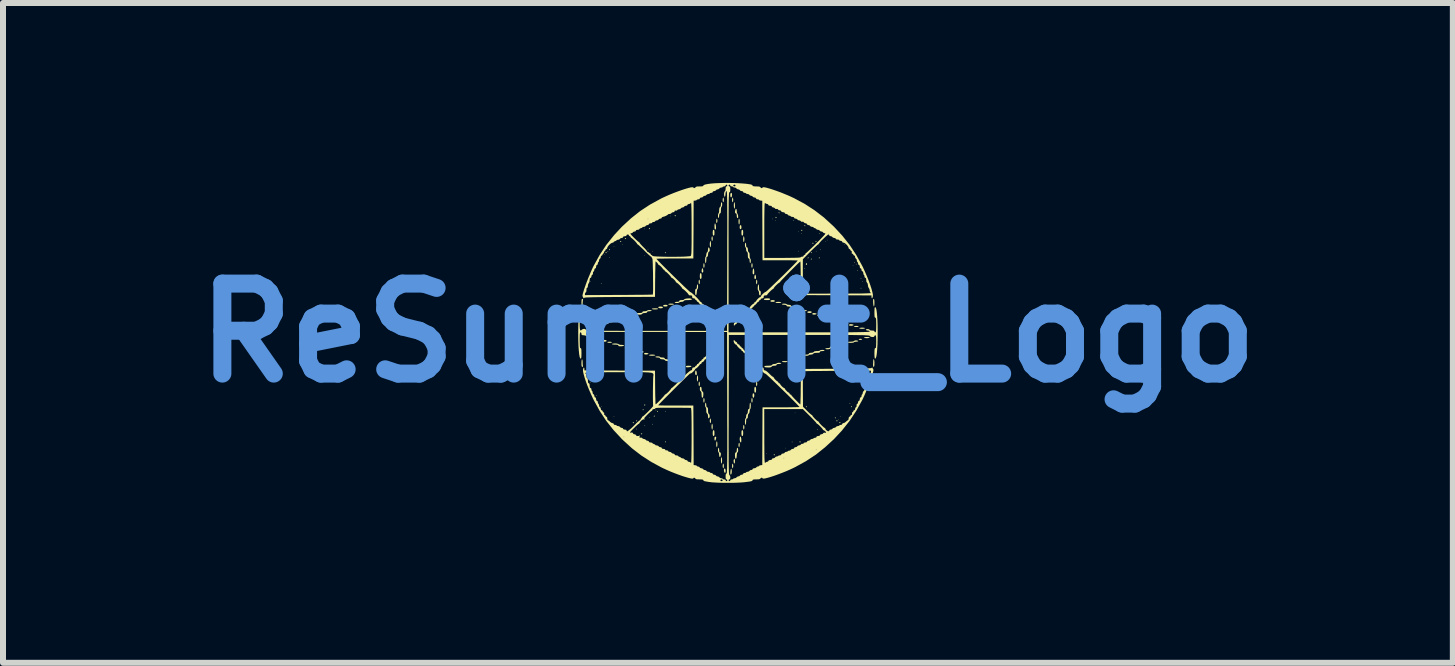
<source format=kicad_pcb>
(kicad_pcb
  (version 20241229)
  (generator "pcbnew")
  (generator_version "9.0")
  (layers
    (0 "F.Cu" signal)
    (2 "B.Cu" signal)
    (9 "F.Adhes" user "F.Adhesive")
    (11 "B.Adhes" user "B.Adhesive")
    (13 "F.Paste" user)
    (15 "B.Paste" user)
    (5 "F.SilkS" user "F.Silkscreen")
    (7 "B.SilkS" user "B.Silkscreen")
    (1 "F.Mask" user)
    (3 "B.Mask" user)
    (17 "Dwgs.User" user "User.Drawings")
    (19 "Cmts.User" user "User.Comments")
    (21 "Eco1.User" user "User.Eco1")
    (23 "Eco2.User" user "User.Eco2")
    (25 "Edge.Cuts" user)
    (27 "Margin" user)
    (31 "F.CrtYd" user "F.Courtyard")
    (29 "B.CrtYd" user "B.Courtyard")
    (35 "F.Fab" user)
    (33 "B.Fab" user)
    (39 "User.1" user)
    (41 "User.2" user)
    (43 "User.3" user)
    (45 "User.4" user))
  (footprint "ReSummit_Logo"
    (layer "F.Cu")
    (at 9.086 2.5)
    (property "Reference" "ReSummit_Logo" (at 0 0 0) (layer "Cmts.User") (effects (font (size 1.5 1.5) (thickness 0.3))))
    (attr board_only exclude_from_pos_files exclude_from_bom)
    (fp_poly (pts (xy -2.286 -0.855) (xy -2.291 -0.85) (xy -2.296 -0.855) (xy -2.291 -0.86)) (stroke (width 0) (type solid)) (fill yes) (layer "F.SilkS"))
    (fp_poly (pts (xy -2.1 1.226) (xy -2.105 1.231) (xy -2.11 1.226) (xy -2.105 1.221)) (stroke (width 0) (type solid)) (fill yes) (layer "F.SilkS"))
    (fp_poly (pts (xy -2.052 -1.304) (xy -2.056 -1.299) (xy -2.061 -1.304) (xy -2.056 -1.309)) (stroke (width 0) (type solid)) (fill yes) (layer "F.SilkS"))
    (fp_poly (pts (xy -1.973 -1.255) (xy -1.978 -1.25) (xy -1.983 -1.255) (xy -1.978 -1.26)) (stroke (width 0) (type solid)) (fill yes) (layer "F.SilkS"))
    (fp_poly (pts (xy -1.895 -1.441) (xy -1.9 -1.436) (xy -1.905 -1.441) (xy -1.9 -1.446)) (stroke (width 0) (type solid)) (fill yes) (layer "F.SilkS"))
    (fp_poly (pts (xy -1.895 1.392) (xy -1.9 1.397) (xy -1.905 1.392) (xy -1.9 1.387)) (stroke (width 0) (type solid)) (fill yes) (layer "F.SilkS"))
    (fp_poly (pts (xy -1.758 -1.47) (xy -1.763 -1.465) (xy -1.768 -1.47) (xy -1.763 -1.475)) (stroke (width 0) (type solid)) (fill yes) (layer "F.SilkS"))
    (fp_poly (pts (xy -1.387 -1.734) (xy -1.392 -1.729) (xy -1.397 -1.734) (xy -1.392 -1.739)) (stroke (width 0) (type solid)) (fill yes) (layer "F.SilkS"))
    (fp_poly (pts (xy -1.387 -1.285) (xy -1.392 -1.28) (xy -1.397 -1.285) (xy -1.392 -1.29)) (stroke (width 0) (type solid)) (fill yes) (layer "F.SilkS"))
    (fp_poly (pts (xy -1.329 -1.392) (xy -1.333 -1.387) (xy -1.338 -1.392) (xy -1.333 -1.397)) (stroke (width 0) (type solid)) (fill yes) (layer "F.SilkS"))
    (fp_poly (pts (xy -1.299 1.412) (xy -1.304 1.417) (xy -1.309 1.412) (xy -1.304 1.407)) (stroke (width 0) (type solid)) (fill yes) (layer "F.SilkS"))
    (fp_poly (pts (xy -1.25 -1.363) (xy -1.255 -1.358) (xy -1.26 -1.363) (xy -1.255 -1.368)) (stroke (width 0) (type solid)) (fill yes) (layer "F.SilkS"))
    (fp_poly (pts (xy -0.957 -1.949) (xy -0.962 -1.944) (xy -0.967 -1.949) (xy -0.962 -1.954)) (stroke (width 0) (type solid)) (fill yes) (layer "F.SilkS"))
    (fp_poly (pts (xy 0.645 2.008) (xy 0.64 2.012) (xy 0.635 2.008) (xy 0.64 2.003)) (stroke (width 0) (type solid)) (fill yes) (layer "F.SilkS"))
    (fp_poly (pts (xy 0.752 -1.9) (xy 0.747 -1.895) (xy 0.742 -1.9) (xy 0.747 -1.905)) (stroke (width 0) (type solid)) (fill yes) (layer "F.SilkS"))
    (fp_poly (pts (xy 0.801 -1.871) (xy 0.796 -1.866) (xy 0.791 -1.871) (xy 0.796 -1.876)) (stroke (width 0) (type solid)) (fill yes) (layer "F.SilkS"))
    (fp_poly (pts (xy 0.967 1.92) (xy 0.962 1.925) (xy 0.957 1.92) (xy 0.962 1.915)) (stroke (width 0) (type solid)) (fill yes) (layer "F.SilkS"))
    (fp_poly (pts (xy 1.123 1.333) (xy 1.119 1.338) (xy 1.114 1.333) (xy 1.119 1.329)) (stroke (width 0) (type solid)) (fill yes) (layer "F.SilkS"))
    (fp_poly (pts (xy 1.182 -1.685) (xy 1.177 -1.68) (xy 1.172 -1.685) (xy 1.177 -1.69)) (stroke (width 0) (type solid)) (fill yes) (layer "F.SilkS"))
    (fp_poly (pts (xy 1.182 -1.363) (xy 1.177 -1.358) (xy 1.172 -1.363) (xy 1.177 -1.368)) (stroke (width 0) (type solid)) (fill yes) (layer "F.SilkS"))
    (fp_poly (pts (xy 1.231 -1.656) (xy 1.226 -1.651) (xy 1.221 -1.656) (xy 1.226 -1.661)) (stroke (width 0) (type solid)) (fill yes) (layer "F.SilkS"))
    (fp_poly (pts (xy 1.475 -1.363) (xy 1.47 -1.358) (xy 1.465 -1.363) (xy 1.47 -1.368)) (stroke (width 0) (type solid)) (fill yes) (layer "F.SilkS"))
    (fp_poly (pts (xy 1.631 -1.519) (xy 1.627 -1.514) (xy 1.622 -1.519) (xy 1.627 -1.524)) (stroke (width 0) (type solid)) (fill yes) (layer "F.SilkS"))
    (fp_poly (pts (xy 1.661 -1.548) (xy 1.656 -1.544) (xy 1.651 -1.548) (xy 1.656 -1.553)) (stroke (width 0) (type solid)) (fill yes) (layer "F.SilkS"))
    (fp_poly (pts (xy 1.846 1.441) (xy 1.841 1.446) (xy 1.837 1.441) (xy 1.841 1.436)) (stroke (width 0) (type solid)) (fill yes) (layer "F.SilkS"))
    (fp_poly (pts (xy 1.876 1.392) (xy 1.871 1.397) (xy 1.866 1.392) (xy 1.871 1.387)) (stroke (width 0) (type solid)) (fill yes) (layer "F.SilkS"))
    (fp_poly (pts (xy 1.954 -1.47) (xy 1.949 -1.465) (xy 1.944 -1.47) (xy 1.949 -1.475)) (stroke (width 0) (type solid)) (fill yes) (layer "F.SilkS"))
    (fp_poly (pts (xy 2.091 -1.119) (xy 2.086 -1.114) (xy 2.081 -1.119) (xy 2.086 -1.123)) (stroke (width 0) (type solid)) (fill yes) (layer "F.SilkS"))
    (fp_poly (pts (xy 2.247 -0.855) (xy 2.242 -0.85) (xy 2.237 -0.855) (xy 2.242 -0.86)) (stroke (width 0) (type solid)) (fill yes) (layer "F.SilkS"))
    (fp_poly (pts (xy 2.247 0.826) (xy 2.242 0.83) (xy 2.237 0.826) (xy 2.242 0.821)) (stroke (width 0) (type solid)) (fill yes) (layer "F.SilkS"))
    (fp_poly (pts (xy 2.276 0.747) (xy 2.271 0.752) (xy 2.266 0.747) (xy 2.271 0.742)) (stroke (width 0) (type solid)) (fill yes) (layer "F.SilkS"))
    (fp_poly (pts (xy -2.289 0.824) (xy -2.291 0.83) (xy -2.296 0.83) (xy -2.304 0.827) (xy -2.302 0.824) (xy -2.291 0.823)) (stroke (width 0) (type solid)) (fill yes) (layer "F.SilkS"))
    (fp_poly (pts (xy -2.182 1.039) (xy -2.183 1.045) (xy -2.188 1.045) (xy -2.196 1.042) (xy -2.195 1.039) (xy -2.183 1.038)) (stroke (width 0) (type solid)) (fill yes) (layer "F.SilkS"))
    (fp_poly (pts (xy -2.104 -0.827) (xy -2.105 -0.821) (xy -2.11 -0.821) (xy -2.118 -0.824) (xy -2.117 -0.827) (xy -2.105 -0.828)) (stroke (width 0) (type solid)) (fill yes) (layer "F.SilkS"))
    (fp_poly (pts (xy -1.996 -1.364) (xy -1.998 -1.359) (xy -2.003 -1.358) (xy -2.011 -1.361) (xy -2.009 -1.364) (xy -1.998 -1.366)) (stroke (width 0) (type solid)) (fill yes) (layer "F.SilkS"))
    (fp_poly (pts (xy -1.517 1.596) (xy -1.516 1.607) (xy -1.517 1.609) (xy -1.523 1.607) (xy -1.524 1.602) (xy -1.52 1.594)) (stroke (width 0) (type solid)) (fill yes) (layer "F.SilkS"))
    (fp_poly (pts (xy -1.381 1.547) (xy -1.382 1.553) (xy -1.387 1.553) (xy -1.395 1.55) (xy -1.394 1.547) (xy -1.382 1.546)) (stroke (width 0) (type solid)) (fill yes) (layer "F.SilkS"))
    (fp_poly (pts (xy -1.254 1.517) (xy -1.253 1.529) (xy -1.254 1.531) (xy -1.26 1.529) (xy -1.26 1.524) (xy -1.257 1.516)) (stroke (width 0) (type solid)) (fill yes) (layer "F.SilkS"))
    (fp_poly (pts (xy -1.195 1.283) (xy -1.196 1.289) (xy -1.202 1.29) (xy -1.21 1.286) (xy -1.208 1.283) (xy -1.197 1.282)) (stroke (width 0) (type solid)) (fill yes) (layer "F.SilkS"))
    (fp_poly (pts (xy -1.039 1.303) (xy -1.038 1.314) (xy -1.039 1.316) (xy -1.045 1.314) (xy -1.045 1.309) (xy -1.042 1.301)) (stroke (width 0) (type solid)) (fill yes) (layer "F.SilkS"))
    (fp_poly (pts (xy 1.071 1.811) (xy 1.073 1.822) (xy 1.071 1.824) (xy 1.066 1.822) (xy 1.065 1.817) (xy 1.068 1.809)) (stroke (width 0) (type solid)) (fill yes) (layer "F.SilkS"))
    (fp_poly (pts (xy 1.101 -1.872) (xy 1.099 -1.867) (xy 1.094 -1.866) (xy 1.086 -1.869) (xy 1.088 -1.872) (xy 1.099 -1.874)) (stroke (width 0) (type solid)) (fill yes) (layer "F.SilkS"))
    (fp_poly (pts (xy 1.286 -1.071) (xy 1.285 -1.066) (xy 1.28 -1.065) (xy 1.272 -1.068) (xy 1.273 -1.071) (xy 1.285 -1.073)) (stroke (width 0) (type solid)) (fill yes) (layer "F.SilkS"))
    (fp_poly (pts (xy 1.306 -0.7) (xy 1.307 -0.689) (xy 1.306 -0.687) (xy 1.3 -0.688) (xy 1.299 -0.694) (xy 1.303 -0.702)) (stroke (width 0) (type solid)) (fill yes) (layer "F.SilkS"))
    (fp_poly (pts (xy 1.501 1.605) (xy 1.5 1.611) (xy 1.495 1.612) (xy 1.487 1.608) (xy 1.488 1.605) (xy 1.5 1.604)) (stroke (width 0) (type solid)) (fill yes) (layer "F.SilkS"))
    (fp_poly (pts (xy 1.531 -1.658) (xy 1.529 -1.652) (xy 1.524 -1.651) (xy 1.516 -1.655) (xy 1.517 -1.658) (xy 1.529 -1.659)) (stroke (width 0) (type solid)) (fill yes) (layer "F.SilkS"))
    (fp_poly (pts (xy 1.55 -1.394) (xy 1.551 -1.382) (xy 1.55 -1.381) (xy 1.544 -1.382) (xy 1.544 -1.387) (xy 1.547 -1.395)) (stroke (width 0) (type solid)) (fill yes) (layer "F.SilkS"))
    (fp_poly (pts (xy 2.039 1.176) (xy 2.037 1.181) (xy 2.032 1.182) (xy 2.024 1.179) (xy 2.025 1.176) (xy 2.037 1.174)) (stroke (width 0) (type solid)) (fill yes) (layer "F.SilkS"))
    (fp_poly (pts (xy 2.117 -1.179) (xy 2.115 -1.173) (xy 2.11 -1.172) (xy 2.102 -1.176) (xy 2.104 -1.179) (xy 2.115 -1.18)) (stroke (width 0) (type solid)) (fill yes) (layer "F.SilkS"))
    (fp_poly (pts (xy 2.146 -1.15) (xy 2.145 -1.144) (xy 2.139 -1.143) (xy 2.131 -1.147) (xy 2.133 -1.15) (xy 2.145 -1.151)) (stroke (width 0) (type solid)) (fill yes) (layer "F.SilkS"))
    (fp_poly (pts (xy 2.166 -1.042) (xy 2.164 -1.036) (xy 2.159 -1.036) (xy 2.151 -1.039) (xy 2.152 -1.042) (xy 2.164 -1.043)) (stroke (width 0) (type solid)) (fill yes) (layer "F.SilkS"))
    (fp_poly (pts (xy 2.224 -0.905) (xy 2.223 -0.899) (xy 2.218 -0.899) (xy 2.21 -0.902) (xy 2.211 -0.905) (xy 2.223 -0.906)) (stroke (width 0) (type solid)) (fill yes) (layer "F.SilkS"))
    (fp_poly (pts (xy 2.224 -0.749) (xy 2.223 -0.743) (xy 2.218 -0.742) (xy 2.21 -0.746) (xy 2.211 -0.749) (xy 2.223 -0.75)) (stroke (width 0) (type solid)) (fill yes) (layer "F.SilkS"))
    (fp_poly (pts (xy -1.572 1.49) (xy -1.564 1.5) (xy -1.573 1.504) (xy -1.578 1.504) (xy -1.588 1.5) (xy -1.587 1.495) (xy -1.576 1.489)) (stroke (width 0) (type solid)) (fill yes) (layer "F.SilkS"))
    (fp_poly (pts (xy -1.435 1.676) (xy -1.427 1.685) (xy -1.437 1.69) (xy -1.442 1.69) (xy -1.452 1.685) (xy -1.451 1.68) (xy -1.439 1.675)) (stroke (width 0) (type solid)) (fill yes) (layer "F.SilkS"))
    (fp_poly (pts (xy -2.023 -1.341) (xy -2.022 -1.338) (xy -2.03 -1.329) (xy -2.032 -1.329) (xy -2.041 -1.336) (xy -2.042 -1.338) (xy -2.034 -1.348) (xy -2.032 -1.348)) (stroke (width 0) (type solid)) (fill yes) (layer "F.SilkS"))
    (fp_poly (pts (xy -1.967 -1.391) (xy -1.968 -1.387) (xy -1.977 -1.378) (xy -1.979 -1.377) (xy -1.983 -1.385) (xy -1.983 -1.387) (xy -1.976 -1.397) (xy -1.973 -1.397)) (stroke (width 0) (type solid)) (fill yes) (layer "F.SilkS"))
    (fp_poly (pts (xy -1.778 -1.526) (xy -1.778 -1.524) (xy -1.785 -1.515) (xy -1.788 -1.514) (xy -1.797 -1.522) (xy -1.798 -1.524) (xy -1.79 -1.533) (xy -1.788 -1.534)) (stroke (width 0) (type solid)) (fill yes) (layer "F.SilkS"))
    (fp_poly (pts (xy -1.7 -1.575) (xy -1.7 -1.573) (xy -1.707 -1.563) (xy -1.71 -1.563) (xy -1.719 -1.571) (xy -1.719 -1.573) (xy -1.712 -1.582) (xy -1.71 -1.583)) (stroke (width 0) (type solid)) (fill yes) (layer "F.SilkS"))
    (fp_poly (pts (xy -1.514 1.463) (xy -1.514 1.465) (xy -1.522 1.475) (xy -1.525 1.475) (xy -1.53 1.469) (xy -1.529 1.465) (xy -1.52 1.456) (xy -1.519 1.456)) (stroke (width 0) (type solid)) (fill yes) (layer "F.SilkS"))
    (fp_poly (pts (xy -1.407 1.278) (xy -1.407 1.28) (xy -1.414 1.289) (xy -1.417 1.29) (xy -1.423 1.284) (xy -1.421 1.28) (xy -1.413 1.27) (xy -1.411 1.27)) (stroke (width 0) (type solid)) (fill yes) (layer "F.SilkS"))
    (fp_poly (pts (xy -1.378 1.199) (xy -1.377 1.202) (xy -1.385 1.211) (xy -1.387 1.211) (xy -1.397 1.204) (xy -1.397 1.202) (xy -1.39 1.192) (xy -1.387 1.192)) (stroke (width 0) (type solid)) (fill yes) (layer "F.SilkS"))
    (fp_poly (pts (xy -1.3 -1.741) (xy -1.299 -1.739) (xy -1.307 -1.729) (xy -1.309 -1.729) (xy -1.319 -1.737) (xy -1.319 -1.739) (xy -1.311 -1.748) (xy -1.309 -1.749)) (stroke (width 0) (type solid)) (fill yes) (layer "F.SilkS"))
    (fp_poly (pts (xy -1.221 1.385) (xy -1.221 1.387) (xy -1.229 1.397) (xy -1.232 1.397) (xy -1.237 1.391) (xy -1.236 1.387) (xy -1.227 1.378) (xy -1.225 1.377)) (stroke (width 0) (type solid)) (fill yes) (layer "F.SilkS"))
    (fp_poly (pts (xy -1.166 1.305) (xy -1.167 1.309) (xy -1.176 1.318) (xy -1.178 1.319) (xy -1.182 1.311) (xy -1.182 1.309) (xy -1.175 1.3) (xy -1.172 1.299)) (stroke (width 0) (type solid)) (fill yes) (layer "F.SilkS"))
    (fp_poly (pts (xy -1.036 1.814) (xy -1.036 1.817) (xy -1.039 1.827) (xy -1.04 1.827) (xy -1.048 1.82) (xy -1.05 1.817) (xy -1.049 1.808) (xy -1.046 1.807)) (stroke (width 0) (type solid)) (fill yes) (layer "F.SilkS"))
    (fp_poly (pts (xy -1.036 -1.341) (xy -1.036 -1.338) (xy -1.043 -1.329) (xy -1.046 -1.329) (xy -1.052 -1.335) (xy -1.05 -1.338) (xy -1.041 -1.348) (xy -1.04 -1.348)) (stroke (width 0) (type solid)) (fill yes) (layer "F.SilkS"))
    (fp_poly (pts (xy -0.87 -1.956) (xy -0.869 -1.954) (xy -0.877 -1.944) (xy -0.879 -1.944) (xy -0.889 -1.952) (xy -0.889 -1.954) (xy -0.882 -1.963) (xy -0.879 -1.964)) (stroke (width 0) (type solid)) (fill yes) (layer "F.SilkS"))
    (fp_poly (pts (xy 0.781 2.03) (xy 0.782 2.032) (xy 0.774 2.041) (xy 0.772 2.042) (xy 0.762 2.034) (xy 0.762 2.032) (xy 0.769 2.023) (xy 0.772 2.022)) (stroke (width 0) (type solid)) (fill yes) (layer "F.SilkS"))
    (fp_poly (pts (xy 0.811 -1.927) (xy 0.811 -1.925) (xy 0.803 -1.915) (xy 0.801 -1.915) (xy 0.792 -1.922) (xy 0.791 -1.925) (xy 0.799 -1.934) (xy 0.801 -1.934)) (stroke (width 0) (type solid)) (fill yes) (layer "F.SilkS"))
    (fp_poly (pts (xy 0.859 -2.005) (xy 0.86 -2.003) (xy 0.856 -1.993) (xy 0.855 -1.993) (xy 0.847 -2) (xy 0.845 -2.003) (xy 0.846 -2.012) (xy 0.849 -2.012)) (stroke (width 0) (type solid)) (fill yes) (layer "F.SilkS"))
    (fp_poly (pts (xy 1.211 1.815) (xy 1.211 1.817) (xy 1.204 1.827) (xy 1.202 1.827) (xy 1.192 1.819) (xy 1.192 1.817) (xy 1.199 1.808) (xy 1.202 1.807)) (stroke (width 0) (type solid)) (fill yes) (layer "F.SilkS"))
    (fp_poly (pts (xy 1.24 -1.712) (xy 1.241 -1.71) (xy 1.233 -1.7) (xy 1.231 -1.7) (xy 1.221 -1.707) (xy 1.221 -1.71) (xy 1.229 -1.719) (xy 1.231 -1.719)) (stroke (width 0) (type solid)) (fill yes) (layer "F.SilkS"))
    (fp_poly (pts (xy 1.289 -1.79) (xy 1.29 -1.788) (xy 1.286 -1.778) (xy 1.285 -1.778) (xy 1.277 -1.785) (xy 1.275 -1.788) (xy 1.276 -1.797) (xy 1.279 -1.798)) (stroke (width 0) (type solid)) (fill yes) (layer "F.SilkS"))
    (fp_poly (pts (xy 1.315 1.227) (xy 1.314 1.231) (xy 1.305 1.24) (xy 1.304 1.241) (xy 1.299 1.233) (xy 1.299 1.231) (xy 1.307 1.222) (xy 1.31 1.221)) (stroke (width 0) (type solid)) (fill yes) (layer "F.SilkS"))
    (fp_poly (pts (xy 1.318 -1.155) (xy 1.319 -1.148) (xy 1.314 -1.135) (xy 1.309 -1.133) (xy 1.3 -1.141) (xy 1.299 -1.148) (xy 1.305 -1.161) (xy 1.309 -1.163)) (stroke (width 0) (type solid)) (fill yes) (layer "F.SilkS"))
    (fp_poly (pts (xy 1.345 -1.254) (xy 1.343 -1.25) (xy 1.334 -1.241) (xy 1.333 -1.241) (xy 1.329 -1.248) (xy 1.329 -1.25) (xy 1.336 -1.26) (xy 1.339 -1.26)) (stroke (width 0) (type solid)) (fill yes) (layer "F.SilkS"))
    (fp_poly (pts (xy 1.397 -1.341) (xy 1.397 -1.338) (xy 1.389 -1.329) (xy 1.387 -1.329) (xy 1.381 -1.335) (xy 1.382 -1.338) (xy 1.391 -1.348) (xy 1.393 -1.348)) (stroke (width 0) (type solid)) (fill yes) (layer "F.SilkS"))
    (fp_poly (pts (xy 1.397 -1.233) (xy 1.397 -1.231) (xy 1.389 -1.222) (xy 1.387 -1.221) (xy 1.381 -1.227) (xy 1.382 -1.231) (xy 1.391 -1.24) (xy 1.393 -1.241)) (stroke (width 0) (type solid)) (fill yes) (layer "F.SilkS"))
    (fp_poly (pts (xy 1.426 -1.497) (xy 1.426 -1.495) (xy 1.419 -1.485) (xy 1.417 -1.485) (xy 1.407 -1.492) (xy 1.407 -1.495) (xy 1.414 -1.504) (xy 1.417 -1.504)) (stroke (width 0) (type solid)) (fill yes) (layer "F.SilkS"))
    (fp_poly (pts (xy 1.475 -1.526) (xy 1.475 -1.524) (xy 1.468 -1.515) (xy 1.465 -1.514) (xy 1.459 -1.52) (xy 1.46 -1.524) (xy 1.469 -1.533) (xy 1.471 -1.534)) (stroke (width 0) (type solid)) (fill yes) (layer "F.SilkS"))
    (fp_poly (pts (xy 1.53 -1.254) (xy 1.529 -1.25) (xy 1.52 -1.241) (xy 1.519 -1.241) (xy 1.514 -1.248) (xy 1.514 -1.25) (xy 1.522 -1.26) (xy 1.525 -1.26)) (stroke (width 0) (type solid)) (fill yes) (layer "F.SilkS"))
    (fp_poly (pts (xy 1.797 1.414) (xy 1.798 1.417) (xy 1.794 1.426) (xy 1.793 1.426) (xy 1.785 1.419) (xy 1.783 1.417) (xy 1.784 1.408) (xy 1.787 1.407)) (stroke (width 0) (type solid)) (fill yes) (layer "F.SilkS"))
    (fp_poly (pts (xy 1.827 1.463) (xy 1.827 1.465) (xy 1.819 1.475) (xy 1.817 1.475) (xy 1.808 1.468) (xy 1.807 1.465) (xy 1.815 1.456) (xy 1.817 1.456)) (stroke (width 0) (type solid)) (fill yes) (layer "F.SilkS"))
    (fp_poly (pts (xy 1.875 1.492) (xy 1.876 1.495) (xy 1.868 1.504) (xy 1.866 1.504) (xy 1.856 1.497) (xy 1.856 1.495) (xy 1.864 1.485) (xy 1.866 1.485)) (stroke (width 0) (type solid)) (fill yes) (layer "F.SilkS"))
    (fp_poly (pts (xy 2.068 1.227) (xy 2.066 1.231) (xy 2.057 1.24) (xy 2.056 1.241) (xy 2.052 1.233) (xy 2.052 1.231) (xy 2.059 1.222) (xy 2.062 1.221)) (stroke (width 0) (type solid)) (fill yes) (layer "F.SilkS"))
    (fp_poly (pts (xy -2.189 -0.113) (xy -2.183 -0.107) (xy -2.187 -0.101) (xy -2.206 -0.098) (xy -2.208 -0.098) (xy -2.228 -0.1) (xy -2.233 -0.107) (xy -2.232 -0.107) (xy -2.218 -0.116) (xy -2.208 -0.117)) (stroke (width 0) (type solid)) (fill yes) (layer "F.SilkS"))
    (fp_poly (pts (xy -0.198 1.734) (xy -0.196 1.751) (xy -0.202 1.776) (xy -0.21 1.794) (xy -0.218 1.795) (xy -0.224 1.779) (xy -0.225 1.763) (xy -0.222 1.738) (xy -0.211 1.729) (xy -0.21 1.729)) (stroke (width 0) (type solid)) (fill yes) (layer "F.SilkS"))
    (fp_poly (pts (xy 0.114 2.109) (xy 0.117 2.131) (xy 0.117 2.139) (xy 0.115 2.165) (xy 0.109 2.178) (xy 0.101 2.174) (xy 0.096 2.157) (xy 0.094 2.129) (xy 0.099 2.108) (xy 0.108 2.1)) (stroke (width 0) (type solid)) (fill yes) (layer "F.SilkS"))
    (fp_poly (pts (xy -1.411 0.308) (xy -1.407 0.318) (xy -1.415 0.327) (xy -1.435 0.332) (xy -1.457 0.332) (xy -1.475 0.327) (xy -1.479 0.323) (xy -1.477 0.313) (xy -1.459 0.306) (xy -1.432 0.303) (xy -1.43 0.303)) (stroke (width 0) (type solid)) (fill yes) (layer "F.SilkS"))
    (fp_poly (pts (xy -0.734 0.52) (xy -0.715 0.526) (xy -0.708 0.532) (xy -0.717 0.54) (xy -0.737 0.544) (xy -0.76 0.545) (xy -0.78 0.542) (xy -0.786 0.538) (xy -0.784 0.526) (xy -0.778 0.522) (xy -0.757 0.518)) (stroke (width 0) (type solid)) (fill yes) (layer "F.SilkS"))
    (fp_poly (pts (xy -0.527 0.635) (xy -0.521 0.659) (xy -0.52 0.668) (xy -0.52 0.692) (xy -0.526 0.702) (xy -0.532 0.703) (xy -0.542 0.698) (xy -0.547 0.678) (xy -0.547 0.663) (xy -0.544 0.637) (xy -0.536 0.627)) (stroke (width 0) (type solid)) (fill yes) (layer "F.SilkS"))
    (fp_poly (pts (xy -0.049 2.262) (xy -0.042 2.274) (xy -0.039 2.295) (xy -0.04 2.317) (xy -0.045 2.332) (xy -0.049 2.335) (xy -0.058 2.327) (xy -0.064 2.31) (xy -0.067 2.286) (xy -0.063 2.267) (xy -0.053 2.26)) (stroke (width 0) (type solid)) (fill yes) (layer "F.SilkS"))
    (fp_poly (pts (xy 2.07 -0.144) (xy 2.089 -0.139) (xy 2.095 -0.132) (xy 2.087 -0.125) (xy 2.067 -0.12) (xy 2.044 -0.119) (xy 2.024 -0.122) (xy 2.018 -0.127) (xy 2.019 -0.138) (xy 2.026 -0.142) (xy 2.046 -0.146)) (stroke (width 0) (type solid)) (fill yes) (layer "F.SilkS"))
    (fp_poly (pts (xy -2.287 -0.086) (xy -2.27 -0.082) (xy -2.266 -0.078) (xy -2.275 -0.073) (xy -2.298 -0.069) (xy -2.315 -0.068) (xy -2.343 -0.07) (xy -2.361 -0.075) (xy -2.364 -0.078) (xy -2.355 -0.084) (xy -2.333 -0.087) (xy -2.315 -0.088)) (stroke (width 0) (type solid)) (fill yes) (layer "F.SilkS"))
    (fp_poly (pts (xy -2.216 0.07) (xy -2.2 0.075) (xy -2.198 0.078) (xy -2.207 0.084) (xy -2.229 0.087) (xy -2.242 0.088) (xy -2.268 0.086) (xy -2.284 0.081) (xy -2.286 0.078) (xy -2.277 0.072) (xy -2.255 0.069) (xy -2.242 0.068)) (stroke (width 0) (type solid)) (fill yes) (layer "F.SilkS"))
    (fp_poly (pts (xy -2.115 0.1) (xy -2.101 0.105) (xy -2.1 0.107) (xy -2.109 0.114) (xy -2.131 0.117) (xy -2.139 0.117) (xy -2.164 0.115) (xy -2.178 0.11) (xy -2.179 0.107) (xy -2.17 0.101) (xy -2.148 0.098) (xy -2.139 0.098)) (stroke (width 0) (type solid)) (fill yes) (layer "F.SilkS"))
    (fp_poly (pts (xy -1.949 0.149) (xy -1.935 0.154) (xy -1.934 0.156) (xy -1.943 0.162) (xy -1.965 0.166) (xy -1.973 0.166) (xy -1.998 0.164) (xy -2.011 0.158) (xy -2.012 0.156) (xy -2.004 0.15) (xy -1.982 0.147) (xy -1.973 0.147)) (stroke (width 0) (type solid)) (fill yes) (layer "F.SilkS"))
    (fp_poly (pts (xy -1.637 -0.271) (xy -1.623 -0.266) (xy -1.622 -0.264) (xy -1.63 -0.257) (xy -1.651 -0.254) (xy -1.655 -0.254) (xy -1.68 -0.257) (xy -1.694 -0.263) (xy -1.695 -0.264) (xy -1.691 -0.27) (xy -1.67 -0.273) (xy -1.661 -0.274)) (stroke (width 0) (type solid)) (fill yes) (layer "F.SilkS"))
    (fp_poly (pts (xy -1.548 -0.301) (xy -1.535 -0.295) (xy -1.534 -0.293) (xy -1.542 -0.287) (xy -1.564 -0.284) (xy -1.573 -0.283) (xy -1.597 -0.285) (xy -1.611 -0.291) (xy -1.612 -0.293) (xy -1.603 -0.299) (xy -1.582 -0.303) (xy -1.573 -0.303)) (stroke (width 0) (type solid)) (fill yes) (layer "F.SilkS"))
    (fp_poly (pts (xy -1.5 0.285) (xy -1.486 0.291) (xy -1.485 0.293) (xy -1.494 0.299) (xy -1.515 0.303) (xy -1.524 0.303) (xy -1.548 0.301) (xy -1.562 0.295) (xy -1.563 0.293) (xy -1.554 0.287) (xy -1.533 0.284) (xy -1.524 0.283)) (stroke (width 0) (type solid)) (fill yes) (layer "F.SilkS"))
    (fp_poly (pts (xy -1.36 0.334) (xy -1.337 0.338) (xy -1.324 0.345) (xy -1.324 0.347) (xy -1.332 0.354) (xy -1.354 0.359) (xy -1.36 0.36) (xy -1.385 0.36) (xy -1.396 0.353) (xy -1.397 0.347) (xy -1.392 0.336) (xy -1.376 0.333)) (stroke (width 0) (type solid)) (fill yes) (layer "F.SilkS"))
    (fp_poly (pts (xy -1.236 0.363) (xy -1.216 0.367) (xy -1.211 0.371) (xy -1.22 0.377) (xy -1.243 0.38) (xy -1.265 0.381) (xy -1.295 0.379) (xy -1.314 0.375) (xy -1.319 0.371) (xy -1.31 0.366) (xy -1.287 0.362) (xy -1.265 0.361)) (stroke (width 0) (type solid)) (fill yes) (layer "F.SilkS"))
    (fp_poly (pts (xy -1.187 -0.409) (xy -1.167 -0.405) (xy -1.163 -0.401) (xy -1.171 -0.395) (xy -1.194 -0.392) (xy -1.216 -0.391) (xy -1.246 -0.392) (xy -1.265 -0.397) (xy -1.27 -0.401) (xy -1.261 -0.406) (xy -1.238 -0.409) (xy -1.216 -0.41)) (stroke (width 0) (type solid)) (fill yes) (layer "F.SilkS"))
    (fp_poly (pts (xy -1.096 -0.437) (xy -1.085 -0.429) (xy -1.084 -0.425) (xy -1.092 -0.414) (xy -1.117 -0.41) (xy -1.117 -0.41) (xy -1.141 -0.412) (xy -1.156 -0.416) (xy -1.156 -0.417) (xy -1.162 -0.43) (xy -1.15 -0.437) (xy -1.123 -0.44)) (stroke (width 0) (type solid)) (fill yes) (layer "F.SilkS"))
    (fp_poly (pts (xy -0.92 -0.487) (xy -0.902 -0.482) (xy -0.899 -0.479) (xy -0.908 -0.473) (xy -0.93 -0.47) (xy -0.948 -0.469) (xy -0.975 -0.471) (xy -0.993 -0.475) (xy -0.996 -0.479) (xy -0.988 -0.484) (xy -0.965 -0.488) (xy -0.948 -0.488)) (stroke (width 0) (type solid)) (fill yes) (layer "F.SilkS"))
    (fp_poly (pts (xy -0.812 0.5) (xy -0.795 0.504) (xy -0.791 0.508) (xy -0.8 0.514) (xy -0.823 0.517) (xy -0.84 0.518) (xy -0.868 0.516) (xy -0.886 0.512) (xy -0.889 0.508) (xy -0.88 0.502) (xy -0.858 0.499) (xy -0.84 0.498)) (stroke (width 0) (type solid)) (fill yes) (layer "F.SilkS"))
    (fp_poly (pts (xy -0.622 0.549) (xy -0.608 0.555) (xy -0.608 0.558) (xy -0.619 0.565) (xy -0.641 0.571) (xy -0.667 0.574) (xy -0.689 0.573) (xy -0.697 0.57) (xy -0.703 0.558) (xy -0.692 0.55) (xy -0.662 0.547) (xy -0.654 0.547)) (stroke (width 0) (type solid)) (fill yes) (layer "F.SilkS"))
    (fp_poly (pts (xy -0.502 0.713) (xy -0.499 0.736) (xy -0.498 0.757) (xy -0.5 0.786) (xy -0.504 0.806) (xy -0.508 0.811) (xy -0.514 0.802) (xy -0.517 0.78) (xy -0.518 0.763) (xy -0.516 0.733) (xy -0.511 0.713) (xy -0.508 0.708)) (stroke (width 0) (type solid)) (fill yes) (layer "F.SilkS"))
    (fp_poly (pts (xy -0.473 -0.88) (xy -0.469 -0.859) (xy -0.469 -0.85) (xy -0.471 -0.825) (xy -0.477 -0.812) (xy -0.479 -0.811) (xy -0.485 -0.82) (xy -0.488 -0.841) (xy -0.488 -0.85) (xy -0.486 -0.874) (xy -0.481 -0.888) (xy -0.479 -0.889)) (stroke (width 0) (type solid)) (fill yes) (layer "F.SilkS"))
    (fp_poly (pts (xy -0.473 0.82) (xy -0.469 0.841) (xy -0.469 0.85) (xy -0.471 0.874) (xy -0.477 0.888) (xy -0.479 0.889) (xy -0.485 0.88) (xy -0.488 0.859) (xy -0.488 0.85) (xy -0.486 0.825) (xy -0.481 0.812) (xy -0.479 0.811)) (stroke (width 0) (type solid)) (fill yes) (layer "F.SilkS"))
    (fp_poly (pts (xy -0.445 -0.991) (xy -0.441 -0.973) (xy -0.44 -0.948) (xy -0.441 -0.917) (xy -0.447 -0.902) (xy -0.454 -0.899) (xy -0.463 -0.904) (xy -0.468 -0.922) (xy -0.469 -0.948) (xy -0.467 -0.978) (xy -0.462 -0.993) (xy -0.454 -0.996)) (stroke (width 0) (type solid)) (fill yes) (layer "F.SilkS"))
    (fp_poly (pts (xy -0.418 -1.071) (xy -0.413 -1.049) (xy -0.412 -1.043) (xy -0.412 -1.018) (xy -0.418 -1.007) (xy -0.425 -1.006) (xy -0.435 -1.011) (xy -0.439 -1.027) (xy -0.438 -1.043) (xy -0.434 -1.066) (xy -0.427 -1.079) (xy -0.425 -1.079)) (stroke (width 0) (type solid)) (fill yes) (layer "F.SilkS"))
    (fp_poly (pts (xy -0.394 -1.154) (xy -0.391 -1.132) (xy -0.391 -1.123) (xy -0.393 -1.099) (xy -0.398 -1.085) (xy -0.401 -1.084) (xy -0.407 -1.093) (xy -0.41 -1.115) (xy -0.41 -1.123) (xy -0.408 -1.148) (xy -0.403 -1.162) (xy -0.401 -1.163)) (stroke (width 0) (type solid)) (fill yes) (layer "F.SilkS"))
    (fp_poly (pts (xy -0.394 1.093) (xy -0.391 1.115) (xy -0.391 1.123) (xy -0.393 1.148) (xy -0.398 1.162) (xy -0.401 1.163) (xy -0.407 1.154) (xy -0.41 1.132) (xy -0.41 1.123) (xy -0.408 1.099) (xy -0.403 1.085) (xy -0.401 1.084)) (stroke (width 0) (type solid)) (fill yes) (layer "F.SilkS"))
    (fp_poly (pts (xy -0.288 -1.525) (xy -0.284 -1.502) (xy -0.283 -1.48) (xy -0.285 -1.451) (xy -0.289 -1.431) (xy -0.293 -1.426) (xy -0.298 -1.435) (xy -0.302 -1.458) (xy -0.303 -1.48) (xy -0.301 -1.509) (xy -0.297 -1.529) (xy -0.293 -1.534)) (stroke (width 0) (type solid)) (fill yes) (layer "F.SilkS"))
    (fp_poly (pts (xy -0.287 1.435) (xy -0.284 1.457) (xy -0.283 1.465) (xy -0.285 1.49) (xy -0.291 1.503) (xy -0.293 1.504) (xy -0.299 1.496) (xy -0.303 1.474) (xy -0.303 1.465) (xy -0.301 1.441) (xy -0.295 1.427) (xy -0.293 1.426)) (stroke (width 0) (type solid)) (fill yes) (layer "F.SilkS"))
    (fp_poly (pts (xy -0.258 1.523) (xy -0.255 1.545) (xy -0.254 1.563) (xy -0.256 1.591) (xy -0.26 1.609) (xy -0.264 1.612) (xy -0.269 1.603) (xy -0.273 1.581) (xy -0.274 1.563) (xy -0.272 1.535) (xy -0.267 1.518) (xy -0.264 1.514)) (stroke (width 0) (type solid)) (fill yes) (layer "F.SilkS"))
    (fp_poly (pts (xy -0.258 -1.603) (xy -0.254 -1.582) (xy -0.254 -1.573) (xy -0.256 -1.548) (xy -0.262 -1.535) (xy -0.264 -1.534) (xy -0.27 -1.542) (xy -0.273 -1.564) (xy -0.274 -1.573) (xy -0.271 -1.597) (xy -0.266 -1.611) (xy -0.264 -1.612)) (stroke (width 0) (type solid)) (fill yes) (layer "F.SilkS"))
    (fp_poly (pts (xy -0.23 -1.714) (xy -0.226 -1.696) (xy -0.225 -1.671) (xy -0.226 -1.64) (xy -0.232 -1.625) (xy -0.239 -1.622) (xy -0.249 -1.627) (xy -0.253 -1.645) (xy -0.254 -1.671) (xy -0.252 -1.701) (xy -0.247 -1.716) (xy -0.239 -1.719)) (stroke (width 0) (type solid)) (fill yes) (layer "F.SilkS"))
    (fp_poly (pts (xy -0.23 1.627) (xy -0.226 1.645) (xy -0.225 1.671) (xy -0.226 1.701) (xy -0.232 1.716) (xy -0.239 1.719) (xy -0.249 1.714) (xy -0.253 1.696) (xy -0.254 1.671) (xy -0.252 1.64) (xy -0.247 1.625) (xy -0.239 1.622)) (stroke (width 0) (type solid)) (fill yes) (layer "F.SilkS"))
    (fp_poly (pts (xy -0.18 1.816) (xy -0.177 1.839) (xy -0.176 1.856) (xy -0.178 1.884) (xy -0.182 1.902) (xy -0.186 1.905) (xy -0.191 1.896) (xy -0.195 1.874) (xy -0.195 1.856) (xy -0.194 1.828) (xy -0.189 1.811) (xy -0.186 1.807)) (stroke (width 0) (type solid)) (fill yes) (layer "F.SilkS"))
    (fp_poly (pts (xy -0.179 -1.896) (xy -0.176 -1.875) (xy -0.176 -1.871) (xy -0.178 -1.847) (xy -0.185 -1.832) (xy -0.186 -1.832) (xy -0.192 -1.836) (xy -0.195 -1.857) (xy -0.195 -1.865) (xy -0.193 -1.89) (xy -0.188 -1.904) (xy -0.186 -1.905)) (stroke (width 0) (type solid)) (fill yes) (layer "F.SilkS"))
    (fp_poly (pts (xy -0.102 2.08) (xy -0.099 2.103) (xy -0.098 2.125) (xy -0.099 2.154) (xy -0.103 2.174) (xy -0.107 2.179) (xy -0.113 2.17) (xy -0.116 2.147) (xy -0.117 2.125) (xy -0.116 2.095) (xy -0.111 2.076) (xy -0.107 2.071)) (stroke (width 0) (type solid)) (fill yes) (layer "F.SilkS"))
    (fp_poly (pts (xy -0.072 -2.248) (xy -0.069 -2.226) (xy -0.068 -2.218) (xy -0.071 -2.193) (xy -0.076 -2.18) (xy -0.078 -2.179) (xy -0.084 -2.187) (xy -0.088 -2.209) (xy -0.088 -2.218) (xy -0.086 -2.242) (xy -0.08 -2.256) (xy -0.078 -2.257)) (stroke (width 0) (type solid)) (fill yes) (layer "F.SilkS"))
    (fp_poly (pts (xy -0.072 2.187) (xy -0.069 2.209) (xy -0.068 2.218) (xy -0.071 2.242) (xy -0.076 2.256) (xy -0.078 2.257) (xy -0.084 2.248) (xy -0.088 2.226) (xy -0.088 2.218) (xy -0.086 2.193) (xy -0.08 2.18) (xy -0.078 2.179)) (stroke (width 0) (type solid)) (fill yes) (layer "F.SilkS"))
    (fp_poly (pts (xy 0.06 2.275) (xy 0.063 2.297) (xy 0.063 2.324) (xy 0.059 2.347) (xy 0.052 2.361) (xy 0.051 2.362) (xy 0.043 2.36) (xy 0.04 2.344) (xy 0.041 2.314) (xy 0.044 2.285) (xy 0.05 2.267) (xy 0.054 2.264)) (stroke (width 0) (type solid)) (fill yes) (layer "F.SilkS"))
    (fp_poly (pts (xy 0.084 -2.248) (xy 0.088 -2.226) (xy 0.088 -2.218) (xy 0.086 -2.193) (xy 0.08 -2.18) (xy 0.078 -2.179) (xy 0.072 -2.187) (xy 0.069 -2.209) (xy 0.068 -2.218) (xy 0.071 -2.242) (xy 0.076 -2.256) (xy 0.078 -2.257)) (stroke (width 0) (type solid)) (fill yes) (layer "F.SilkS"))
    (fp_poly (pts (xy 0.084 2.187) (xy 0.088 2.209) (xy 0.088 2.218) (xy 0.086 2.242) (xy 0.08 2.256) (xy 0.078 2.257) (xy 0.072 2.248) (xy 0.069 2.226) (xy 0.068 2.218) (xy 0.071 2.193) (xy 0.076 2.18) (xy 0.078 2.179)) (stroke (width 0) (type solid)) (fill yes) (layer "F.SilkS"))
    (fp_poly (pts (xy 0.113 -2.17) (xy 0.116 -2.147) (xy 0.117 -2.125) (xy 0.116 -2.095) (xy 0.111 -2.076) (xy 0.107 -2.071) (xy 0.102 -2.08) (xy 0.099 -2.103) (xy 0.098 -2.125) (xy 0.099 -2.154) (xy 0.103 -2.174) (xy 0.107 -2.179)) (stroke (width 0) (type solid)) (fill yes) (layer "F.SilkS"))
    (fp_poly (pts (xy 0.191 -1.896) (xy 0.195 -1.874) (xy 0.195 -1.856) (xy 0.194 -1.828) (xy 0.189 -1.811) (xy 0.186 -1.807) (xy 0.18 -1.816) (xy 0.177 -1.839) (xy 0.176 -1.856) (xy 0.178 -1.884) (xy 0.182 -1.902) (xy 0.186 -1.905)) (stroke (width 0) (type solid)) (fill yes) (layer "F.SilkS"))
    (fp_poly (pts (xy 0.192 1.836) (xy 0.195 1.857) (xy 0.195 1.865) (xy 0.193 1.89) (xy 0.188 1.904) (xy 0.186 1.905) (xy 0.179 1.896) (xy 0.176 1.875) (xy 0.176 1.871) (xy 0.178 1.847) (xy 0.185 1.832) (xy 0.186 1.832)) (stroke (width 0) (type solid)) (fill yes) (layer "F.SilkS"))
    (fp_poly (pts (xy 0.216 1.736) (xy 0.221 1.758) (xy 0.223 1.784) (xy 0.222 1.809) (xy 0.219 1.825) (xy 0.216 1.827) (xy 0.206 1.819) (xy 0.2 1.804) (xy 0.196 1.777) (xy 0.197 1.752) (xy 0.202 1.733) (xy 0.21 1.727)) (stroke (width 0) (type solid)) (fill yes) (layer "F.SilkS"))
    (fp_poly (pts (xy 0.221 -1.79) (xy 0.225 -1.766) (xy 0.225 -1.763) (xy 0.222 -1.738) (xy 0.211 -1.729) (xy 0.21 -1.729) (xy 0.199 -1.737) (xy 0.195 -1.76) (xy 0.195 -1.763) (xy 0.199 -1.789) (xy 0.209 -1.797) (xy 0.21 -1.798)) (stroke (width 0) (type solid)) (fill yes) (layer "F.SilkS"))
    (fp_poly (pts (xy 0.249 -1.714) (xy 0.253 -1.696) (xy 0.254 -1.671) (xy 0.252 -1.64) (xy 0.247 -1.625) (xy 0.239 -1.622) (xy 0.23 -1.627) (xy 0.226 -1.645) (xy 0.225 -1.671) (xy 0.226 -1.701) (xy 0.232 -1.716) (xy 0.239 -1.719)) (stroke (width 0) (type solid)) (fill yes) (layer "F.SilkS"))
    (fp_poly (pts (xy 0.249 1.627) (xy 0.253 1.645) (xy 0.254 1.671) (xy 0.252 1.701) (xy 0.247 1.716) (xy 0.239 1.719) (xy 0.23 1.714) (xy 0.226 1.696) (xy 0.225 1.671) (xy 0.226 1.64) (xy 0.232 1.625) (xy 0.239 1.622)) (stroke (width 0) (type solid)) (fill yes) (layer "F.SilkS"))
    (fp_poly (pts (xy 0.269 -1.603) (xy 0.273 -1.581) (xy 0.274 -1.563) (xy 0.272 -1.535) (xy 0.267 -1.518) (xy 0.264 -1.514) (xy 0.258 -1.523) (xy 0.255 -1.545) (xy 0.254 -1.563) (xy 0.256 -1.591) (xy 0.26 -1.609) (xy 0.264 -1.612)) (stroke (width 0) (type solid)) (fill yes) (layer "F.SilkS"))
    (fp_poly (pts (xy 0.27 1.542) (xy 0.273 1.564) (xy 0.274 1.573) (xy 0.271 1.597) (xy 0.266 1.611) (xy 0.264 1.612) (xy 0.258 1.603) (xy 0.254 1.582) (xy 0.254 1.573) (xy 0.256 1.548) (xy 0.262 1.535) (xy 0.264 1.534)) (stroke (width 0) (type solid)) (fill yes) (layer "F.SilkS"))
    (fp_poly (pts (xy 0.407 -1.154) (xy 0.41 -1.132) (xy 0.41 -1.123) (xy 0.408 -1.099) (xy 0.403 -1.085) (xy 0.401 -1.084) (xy 0.394 -1.093) (xy 0.391 -1.115) (xy 0.391 -1.123) (xy 0.393 -1.148) (xy 0.398 -1.162) (xy 0.401 -1.163)) (stroke (width 0) (type solid)) (fill yes) (layer "F.SilkS"))
    (fp_poly (pts (xy 0.407 1.093) (xy 0.41 1.115) (xy 0.41 1.123) (xy 0.408 1.148) (xy 0.403 1.162) (xy 0.401 1.163) (xy 0.394 1.154) (xy 0.391 1.132) (xy 0.391 1.123) (xy 0.393 1.099) (xy 0.398 1.085) (xy 0.401 1.084)) (stroke (width 0) (type solid)) (fill yes) (layer "F.SilkS"))
    (fp_poly (pts (xy 0.461 -0.963) (xy 0.466 -0.942) (xy 0.467 -0.935) (xy 0.467 -0.91) (xy 0.461 -0.9) (xy 0.454 -0.899) (xy 0.444 -0.903) (xy 0.441 -0.92) (xy 0.441 -0.935) (xy 0.446 -0.959) (xy 0.452 -0.971) (xy 0.454 -0.972)) (stroke (width 0) (type solid)) (fill yes) (layer "F.SilkS"))
    (fp_poly (pts (xy 0.463 0.904) (xy 0.468 0.922) (xy 0.469 0.948) (xy 0.467 0.978) (xy 0.462 0.993) (xy 0.454 0.996) (xy 0.445 0.991) (xy 0.441 0.973) (xy 0.44 0.948) (xy 0.441 0.917) (xy 0.447 0.902) (xy 0.454 0.899)) (stroke (width 0) (type solid)) (fill yes) (layer "F.SilkS"))
    (fp_poly (pts (xy 0.485 -0.88) (xy 0.488 -0.859) (xy 0.488 -0.85) (xy 0.486 -0.825) (xy 0.481 -0.812) (xy 0.479 -0.811) (xy 0.473 -0.82) (xy 0.469 -0.841) (xy 0.469 -0.85) (xy 0.471 -0.874) (xy 0.477 -0.888) (xy 0.479 -0.889)) (stroke (width 0) (type solid)) (fill yes) (layer "F.SilkS"))
    (fp_poly (pts (xy 0.485 0.82) (xy 0.488 0.841) (xy 0.488 0.85) (xy 0.486 0.874) (xy 0.481 0.888) (xy 0.479 0.889) (xy 0.473 0.88) (xy 0.469 0.859) (xy 0.469 0.85) (xy 0.471 0.825) (xy 0.477 0.812) (xy 0.479 0.811)) (stroke (width 0) (type solid)) (fill yes) (layer "F.SilkS"))
    (fp_poly (pts (xy 0.868 -0.516) (xy 0.886 -0.512) (xy 0.889 -0.508) (xy 0.88 -0.502) (xy 0.858 -0.499) (xy 0.84 -0.498) (xy 0.812 -0.5) (xy 0.795 -0.504) (xy 0.791 -0.508) (xy 0.8 -0.514) (xy 0.823 -0.517) (xy 0.84 -0.518)) (stroke (width 0) (type solid)) (fill yes) (layer "F.SilkS"))
    (fp_poly (pts (xy 0.975 0.471) (xy 0.993 0.475) (xy 0.996 0.479) (xy 0.988 0.484) (xy 0.965 0.488) (xy 0.948 0.488) (xy 0.92 0.487) (xy 0.902 0.482) (xy 0.899 0.479) (xy 0.908 0.473) (xy 0.93 0.47) (xy 0.948 0.469)) (stroke (width 0) (type solid)) (fill yes) (layer "F.SilkS"))
    (fp_poly (pts (xy 1.043 0.441) (xy 1.066 0.446) (xy 1.079 0.452) (xy 1.079 0.454) (xy 1.071 0.461) (xy 1.049 0.466) (xy 1.043 0.467) (xy 1.018 0.467) (xy 1.007 0.461) (xy 1.006 0.454) (xy 1.011 0.444) (xy 1.027 0.441)) (stroke (width 0) (type solid)) (fill yes) (layer "F.SilkS"))
    (fp_poly (pts (xy 1.295 -0.379) (xy 1.314 -0.375) (xy 1.319 -0.371) (xy 1.31 -0.366) (xy 1.287 -0.362) (xy 1.265 -0.361) (xy 1.236 -0.363) (xy 1.216 -0.367) (xy 1.211 -0.371) (xy 1.22 -0.377) (xy 1.243 -0.38) (xy 1.265 -0.381)) (stroke (width 0) (type solid)) (fill yes) (layer "F.SilkS"))
    (fp_poly (pts (xy 1.443 -0.33) (xy 1.467 -0.326) (xy 1.479 -0.319) (xy 1.48 -0.318) (xy 1.471 -0.311) (xy 1.45 -0.305) (xy 1.443 -0.305) (xy 1.418 -0.305) (xy 1.408 -0.311) (xy 1.407 -0.318) (xy 1.411 -0.328) (xy 1.428 -0.331)) (stroke (width 0) (type solid)) (fill yes) (layer "F.SilkS"))
    (fp_poly (pts (xy 1.548 -0.301) (xy 1.562 -0.295) (xy 1.563 -0.293) (xy 1.554 -0.287) (xy 1.533 -0.284) (xy 1.524 -0.283) (xy 1.5 -0.285) (xy 1.486 -0.291) (xy 1.485 -0.293) (xy 1.494 -0.299) (xy 1.515 -0.303) (xy 1.524 -0.303)) (stroke (width 0) (type solid)) (fill yes) (layer "F.SilkS"))
    (fp_poly (pts (xy 1.887 0.197) (xy 1.902 0.202) (xy 1.905 0.21) (xy 1.9 0.219) (xy 1.882 0.224) (xy 1.856 0.225) (xy 1.825 0.223) (xy 1.81 0.218) (xy 1.807 0.21) (xy 1.813 0.201) (xy 1.831 0.196) (xy 1.856 0.195)) (stroke (width 0) (type solid)) (fill yes) (layer "F.SilkS"))
    (fp_poly (pts (xy 1.978 0.178) (xy 1.992 0.183) (xy 1.993 0.186) (xy 1.984 0.192) (xy 1.963 0.195) (xy 1.954 0.195) (xy 1.929 0.193) (xy 1.916 0.188) (xy 1.915 0.186) (xy 1.923 0.179) (xy 1.945 0.176) (xy 1.954 0.176)) (stroke (width 0) (type solid)) (fill yes) (layer "F.SilkS"))
    (fp_poly (pts (xy 1.998 -0.164) (xy 2.011 -0.158) (xy 2.012 -0.156) (xy 2.004 -0.15) (xy 1.982 -0.147) (xy 1.973 -0.147) (xy 1.949 -0.149) (xy 1.935 -0.154) (xy 1.934 -0.156) (xy 1.943 -0.162) (xy 1.965 -0.166) (xy 1.973 -0.166)) (stroke (width 0) (type solid)) (fill yes) (layer "F.SilkS"))
    (fp_poly (pts (xy 2.164 -0.115) (xy 2.178 -0.11) (xy 2.179 -0.107) (xy 2.17 -0.101) (xy 2.148 -0.098) (xy 2.139 -0.098) (xy 2.115 -0.1) (xy 2.101 -0.105) (xy 2.1 -0.107) (xy 2.109 -0.114) (xy 2.131 -0.117) (xy 2.139 -0.117)) (stroke (width 0) (type solid)) (fill yes) (layer "F.SilkS"))
    (fp_poly (pts (xy 2.228 0.101) (xy 2.237 0.107) (xy 2.237 0.107) (xy 2.229 0.114) (xy 2.208 0.117) (xy 2.208 0.117) (xy 2.187 0.114) (xy 2.179 0.108) (xy 2.179 0.107) (xy 2.187 0.101) (xy 2.207 0.098) (xy 2.208 0.098)) (stroke (width 0) (type solid)) (fill yes) (layer "F.SilkS"))
    (fp_poly (pts (xy 2.265 -0.086) (xy 2.283 -0.082) (xy 2.286 -0.078) (xy 2.277 -0.073) (xy 2.255 -0.069) (xy 2.237 -0.068) (xy 2.209 -0.07) (xy 2.192 -0.075) (xy 2.188 -0.078) (xy 2.197 -0.084) (xy 2.22 -0.087) (xy 2.237 -0.088)) (stroke (width 0) (type solid)) (fill yes) (layer "F.SilkS"))
    (fp_poly (pts (xy 2.343 0.07) (xy 2.361 0.075) (xy 2.364 0.078) (xy 2.355 0.084) (xy 2.333 0.087) (xy 2.315 0.088) (xy 2.287 0.086) (xy 2.27 0.082) (xy 2.266 0.078) (xy 2.275 0.073) (xy 2.298 0.069) (xy 2.315 0.068)) (stroke (width 0) (type solid)) (fill yes) (layer "F.SilkS"))
    (fp_poly (pts (xy 2.437 -0.559) (xy 2.441 -0.535) (xy 2.442 -0.503) (xy 2.441 -0.464) (xy 2.436 -0.444) (xy 2.431 -0.443) (xy 2.425 -0.462) (xy 2.421 -0.499) (xy 2.421 -0.503) (xy 2.42 -0.54) (xy 2.423 -0.561) (xy 2.43 -0.567)) (stroke (width 0) (type solid)) (fill yes) (layer "F.SilkS"))
    (fp_poly (pts (xy -2.031 0.121) (xy -2.022 0.131) (xy -2.022 0.132) (xy -2.03 0.143) (xy -2.055 0.147) (xy -2.055 0.147) (xy -2.079 0.145) (xy -2.093 0.141) (xy -2.094 0.14) (xy -2.097 0.129) (xy -2.083 0.121) (xy -2.057 0.117) (xy -2.056 0.117)) (stroke (width 0) (type solid)) (fill yes) (layer "F.SilkS"))
    (fp_poly (pts (xy -1.825 -0.223) (xy -1.81 -0.218) (xy -1.807 -0.21) (xy -1.814 -0.2) (xy -1.835 -0.196) (xy -1.844 -0.196) (xy -1.871 -0.198) (xy -1.891 -0.201) (xy -1.893 -0.202) (xy -1.905 -0.211) (xy -1.901 -0.218) (xy -1.881 -0.223) (xy -1.856 -0.225)) (stroke (width 0) (type solid)) (fill yes) (layer "F.SilkS"))
    (fp_poly (pts (xy -1.718 -0.252) (xy -1.703 -0.247) (xy -1.7 -0.239) (xy -1.705 -0.23) (xy -1.724 -0.226) (xy -1.747 -0.225) (xy -1.776 -0.226) (xy -1.796 -0.229) (xy -1.801 -0.231) (xy -1.804 -0.242) (xy -1.79 -0.25) (xy -1.759 -0.254) (xy -1.748 -0.254)) (stroke (width 0) (type solid)) (fill yes) (layer "F.SilkS"))
    (fp_poly (pts (xy -1.015 -0.466) (xy -1.006 -0.455) (xy -1.006 -0.454) (xy -1.014 -0.443) (xy -1.039 -0.44) (xy -1.039 -0.44) (xy -1.063 -0.441) (xy -1.077 -0.445) (xy -1.078 -0.446) (xy -1.081 -0.457) (xy -1.067 -0.466) (xy -1.041 -0.469) (xy -1.04 -0.469)) (stroke (width 0) (type solid)) (fill yes) (layer "F.SilkS"))
    (fp_poly (pts (xy 0.065 -2.327) (xy 0.068 -2.303) (xy 0.068 -2.301) (xy 0.065 -2.274) (xy 0.057 -2.261) (xy 0.046 -2.263) (xy 0.045 -2.263) (xy 0.041 -2.277) (xy 0.039 -2.3) (xy 0.039 -2.302) (xy 0.043 -2.327) (xy 0.054 -2.335) (xy 0.054 -2.335)) (stroke (width 0) (type solid)) (fill yes) (layer "F.SilkS"))
    (fp_poly (pts (xy 0.43 -1.07) (xy 0.436 -1.047) (xy 0.438 -1.026) (xy 0.438 -0.996) (xy 0.435 -0.981) (xy 0.426 -0.977) (xy 0.425 -0.977) (xy 0.416 -0.98) (xy 0.412 -0.994) (xy 0.412 -1.022) (xy 0.412 -1.028) (xy 0.416 -1.061) (xy 0.423 -1.075)) (stroke (width 0) (type solid)) (fill yes) (layer "F.SilkS"))
    (fp_poly (pts (xy 0.436 1.014) (xy 0.44 1.038) (xy 0.44 1.04) (xy 0.436 1.067) (xy 0.428 1.081) (xy 0.417 1.078) (xy 0.417 1.078) (xy 0.412 1.064) (xy 0.41 1.041) (xy 0.41 1.039) (xy 0.414 1.014) (xy 0.425 1.006) (xy 0.425 1.006)) (stroke (width 0) (type solid)) (fill yes) (layer "F.SilkS"))
    (fp_poly (pts (xy 0.686 -0.575) (xy 0.7 -0.569) (xy 0.703 -0.562) (xy 0.698 -0.552) (xy 0.679 -0.548) (xy 0.656 -0.547) (xy 0.627 -0.548) (xy 0.607 -0.551) (xy 0.603 -0.553) (xy 0.599 -0.565) (xy 0.614 -0.572) (xy 0.644 -0.576) (xy 0.655 -0.576)) (stroke (width 0) (type solid)) (fill yes) (layer "F.SilkS"))
    (fp_poly (pts (xy 0.773 -0.544) (xy 0.782 -0.533) (xy 0.782 -0.532) (xy 0.774 -0.521) (xy 0.749 -0.518) (xy 0.749 -0.518) (xy 0.725 -0.519) (xy 0.711 -0.524) (xy 0.71 -0.524) (xy 0.707 -0.535) (xy 0.72 -0.544) (xy 0.747 -0.547) (xy 0.748 -0.547)) (stroke (width 0) (type solid)) (fill yes) (layer "F.SilkS"))
    (fp_poly (pts (xy 1.388 -0.358) (xy 1.397 -0.348) (xy 1.397 -0.347) (xy 1.389 -0.336) (xy 1.365 -0.332) (xy 1.364 -0.332) (xy 1.34 -0.334) (xy 1.326 -0.338) (xy 1.326 -0.338) (xy 1.323 -0.35) (xy 1.336 -0.358) (xy 1.362 -0.361) (xy 1.363 -0.361)) (stroke (width 0) (type solid)) (fill yes) (layer "F.SilkS"))
    (fp_poly (pts (xy 2.435 0.445) (xy 2.44 0.464) (xy 2.442 0.494) (xy 2.442 0.503) (xy 2.441 0.541) (xy 2.436 0.562) (xy 2.43 0.567) (xy 2.421 0.558) (xy 2.419 0.535) (xy 2.421 0.5) (xy 2.422 0.471) (xy 2.424 0.446) (xy 2.429 0.438)) (stroke (width 0) (type solid)) (fill yes) (layer "F.SilkS"))
    (fp_poly (pts (xy -0.209 -1.818) (xy -0.203 -1.797) (xy -0.2 -1.771) (xy -0.199 -1.746) (xy -0.201 -1.729) (xy -0.203 -1.728) (xy -0.215 -1.724) (xy -0.218 -1.726) (xy -0.222 -1.739) (xy -0.224 -1.762) (xy -0.224 -1.789) (xy -0.222 -1.813) (xy -0.218 -1.826) (xy -0.216 -1.827)) (stroke (width 0) (type solid)) (fill yes) (layer "F.SilkS"))
    (fp_poly (pts (xy -2.427 0.448) (xy -2.423 0.471) (xy -2.423 0.488) (xy -2.422 0.519) (xy -2.419 0.544) (xy -2.417 0.551) (xy -2.418 0.564) (xy -2.427 0.567) (xy -2.435 0.563) (xy -2.44 0.55) (xy -2.442 0.523) (xy -2.442 0.503) (xy -2.441 0.47) (xy -2.437 0.447) (xy -2.433 0.44)) (stroke (width 0) (type solid)) (fill yes) (layer "F.SilkS"))
    (fp_poly (pts (xy -2.416 -0.561) (xy -2.417 -0.551) (xy -2.42 -0.533) (xy -2.422 -0.503) (xy -2.423 -0.488) (xy -2.425 -0.46) (xy -2.429 -0.443) (xy -2.433 -0.44) (xy -2.438 -0.449) (xy -2.441 -0.472) (xy -2.442 -0.503) (xy -2.441 -0.538) (xy -2.438 -0.558) (xy -2.432 -0.566) (xy -2.427 -0.567)) (stroke (width 0) (type solid)) (fill yes) (layer "F.SilkS"))
    (fp_poly (pts (xy 2.143 0.125) (xy 2.167 0.131) (xy 2.172 0.138) (xy 2.161 0.144) (xy 2.134 0.147) (xy 2.112 0.149) (xy 2.101 0.155) (xy 2.1 0.156) (xy 2.092 0.162) (xy 2.069 0.165) (xy 2.047 0.166) (xy 2.017 0.164) (xy 1.998 0.16) (xy 1.993 0.156) (xy 2.002 0.151) (xy 2.024 0.147) (xy 2.046 0.147) (xy 2.082 0.144) (xy 2.101 0.137) (xy 2.103 0.134) (xy 2.117 0.125)) (stroke (width 0) (type solid)) (fill yes) (layer "F.SilkS"))
    (fp_poly (pts (xy -1.657 0.229) (xy -1.645 0.239) (xy -1.63 0.25) (xy -1.601 0.254) (xy -1.577 0.256) (xy -1.564 0.262) (xy -1.563 0.264) (xy -1.572 0.27) (xy -1.593 0.273) (xy -1.602 0.274) (xy -1.627 0.271) (xy -1.64 0.266) (xy -1.641 0.264) (xy -1.65 0.258) (xy -1.672 0.254) (xy -1.68 0.254) (xy -1.707 0.252) (xy -1.719 0.244) (xy -1.719 0.239) (xy -1.712 0.229) (xy -1.689 0.225) (xy -1.685 0.225)) (stroke (width 0) (type solid)) (fill yes) (layer "F.SilkS"))
    (fp_poly (pts (xy -0.15 1.923) (xy -0.147 1.945) (xy -0.147 1.954) (xy -0.144 1.981) (xy -0.137 1.992) (xy -0.131 1.993) (xy -0.121 1.998) (xy -0.118 2.016) (xy -0.119 2.029) (xy -0.125 2.057) (xy -0.133 2.069) (xy -0.142 2.064) (xy -0.146 2.041) (xy -0.147 2.033) (xy -0.149 2.008) (xy -0.154 1.994) (xy -0.156 1.993) (xy -0.162 1.984) (xy -0.166 1.963) (xy -0.166 1.954) (xy -0.164 1.929) (xy -0.158 1.916) (xy -0.156 1.915)) (stroke (width 0) (type solid)) (fill yes) (layer "F.SilkS"))
    (fp_poly (pts (xy 0.142 -2.064) (xy 0.146 -2.042) (xy 0.147 -2.034) (xy 0.148 -2.008) (xy 0.153 -1.993) (xy 0.155 -1.991) (xy 0.162 -1.98) (xy 0.168 -1.958) (xy 0.169 -1.951) (xy 0.171 -1.926) (xy 0.166 -1.916) (xy 0.161 -1.915) (xy 0.151 -1.922) (xy 0.147 -1.945) (xy 0.147 -1.954) (xy 0.144 -1.981) (xy 0.137 -1.992) (xy 0.131 -1.993) (xy 0.121 -1.998) (xy 0.118 -2.016) (xy 0.119 -2.029) (xy 0.125 -2.057) (xy 0.133 -2.069)) (stroke (width 0) (type solid)) (fill yes) (layer "F.SilkS"))
    (fp_poly (pts (xy 0.513 -0.805) (xy 0.517 -0.782) (xy 0.518 -0.757) (xy 0.519 -0.725) (xy 0.524 -0.708) (xy 0.532 -0.703) (xy 0.543 -0.697) (xy 0.547 -0.676) (xy 0.547 -0.664) (xy 0.544 -0.635) (xy 0.536 -0.625) (xy 0.524 -0.632) (xy 0.52 -0.645) (xy 0.518 -0.669) (xy 0.518 -0.67) (xy 0.514 -0.693) (xy 0.506 -0.706) (xy 0.506 -0.706) (xy 0.498 -0.719) (xy 0.496 -0.75) (xy 0.497 -0.761) (xy 0.501 -0.794) (xy 0.507 -0.809)) (stroke (width 0) (type solid)) (fill yes) (layer "F.SilkS"))
    (fp_poly (pts (xy -0.502 -0.802) (xy -0.498 -0.781) (xy -0.498 -0.772) (xy -0.5 -0.747) (xy -0.505 -0.734) (xy -0.507 -0.733) (xy -0.513 -0.724) (xy -0.518 -0.701) (xy -0.52 -0.682) (xy -0.524 -0.647) (xy -0.531 -0.629) (xy -0.539 -0.628) (xy -0.545 -0.646) (xy -0.547 -0.678) (xy -0.546 -0.711) (xy -0.541 -0.728) (xy -0.533 -0.733) (xy -0.532 -0.733) (xy -0.522 -0.739) (xy -0.518 -0.761) (xy -0.518 -0.772) (xy -0.516 -0.796) (xy -0.51 -0.81) (xy -0.508 -0.811)) (stroke (width 0) (type solid)) (fill yes) (layer "F.SilkS"))
    (fp_poly (pts (xy -0.444 0.905) (xy -0.44 0.927) (xy -0.44 0.938) (xy -0.437 0.965) (xy -0.429 0.976) (xy -0.425 0.977) (xy -0.416 0.982) (xy -0.411 1) (xy -0.41 1.025) (xy -0.413 1.06) (xy -0.42 1.079) (xy -0.43 1.08) (xy -0.433 1.078) (xy -0.437 1.065) (xy -0.439 1.04) (xy -0.44 1.025) (xy -0.442 0.992) (xy -0.451 0.975) (xy -0.454 0.973) (xy -0.465 0.959) (xy -0.469 0.933) (xy -0.466 0.908) (xy -0.456 0.899) (xy -0.454 0.899)) (stroke (width 0) (type solid)) (fill yes) (layer "F.SilkS"))
    (fp_poly (pts (xy 0.545 0.646) (xy 0.547 0.678) (xy 0.546 0.711) (xy 0.541 0.728) (xy 0.533 0.733) (xy 0.532 0.733) (xy 0.522 0.739) (xy 0.518 0.761) (xy 0.518 0.772) (xy 0.516 0.796) (xy 0.51 0.81) (xy 0.508 0.811) (xy 0.502 0.802) (xy 0.498 0.781) (xy 0.498 0.772) (xy 0.5 0.747) (xy 0.505 0.734) (xy 0.507 0.733) (xy 0.513 0.724) (xy 0.518 0.701) (xy 0.52 0.682) (xy 0.524 0.647) (xy 0.531 0.629) (xy 0.539 0.628)) (stroke (width 0) (type solid)) (fill yes) (layer "F.SilkS"))
    (fp_poly (pts (xy 1.246 0.392) (xy 1.265 0.397) (xy 1.27 0.401) (xy 1.261 0.406) (xy 1.238 0.409) (xy 1.216 0.41) (xy 1.184 0.412) (xy 1.167 0.416) (xy 1.163 0.425) (xy 1.156 0.435) (xy 1.135 0.439) (xy 1.123 0.44) (xy 1.096 0.437) (xy 1.085 0.429) (xy 1.084 0.425) (xy 1.091 0.415) (xy 1.112 0.411) (xy 1.123 0.41) (xy 1.148 0.408) (xy 1.162 0.403) (xy 1.163 0.401) (xy 1.171 0.395) (xy 1.194 0.392) (xy 1.216 0.391)) (stroke (width 0) (type solid)) (fill yes) (layer "F.SilkS"))
    (fp_poly (pts (xy 1.627 -0.271) (xy 1.64 -0.266) (xy 1.641 -0.264) (xy 1.65 -0.258) (xy 1.672 -0.254) (xy 1.68 -0.254) (xy 1.707 -0.252) (xy 1.719 -0.244) (xy 1.719 -0.239) (xy 1.713 -0.229) (xy 1.692 -0.225) (xy 1.68 -0.225) (xy 1.653 -0.227) (xy 1.642 -0.235) (xy 1.641 -0.239) (xy 1.635 -0.25) (xy 1.613 -0.254) (xy 1.602 -0.254) (xy 1.578 -0.256) (xy 1.564 -0.262) (xy 1.563 -0.264) (xy 1.572 -0.27) (xy 1.593 -0.273) (xy 1.602 -0.274)) (stroke (width 0) (type solid)) (fill yes) (layer "F.SilkS"))
    (fp_poly (pts (xy 1.779 0.226) (xy 1.794 0.232) (xy 1.798 0.239) (xy 1.792 0.249) (xy 1.774 0.253) (xy 1.749 0.254) (xy 1.721 0.256) (xy 1.703 0.26) (xy 1.7 0.264) (xy 1.691 0.27) (xy 1.67 0.273) (xy 1.661 0.274) (xy 1.636 0.271) (xy 1.623 0.266) (xy 1.622 0.264) (xy 1.63 0.258) (xy 1.652 0.254) (xy 1.661 0.254) (xy 1.688 0.252) (xy 1.699 0.244) (xy 1.7 0.239) (xy 1.705 0.23) (xy 1.723 0.226) (xy 1.749 0.225)) (stroke (width 0) (type solid)) (fill yes) (layer "F.SilkS"))
    (fp_poly (pts (xy -1.85 0.178) (xy -1.831 0.183) (xy -1.825 0.187) (xy -1.814 0.194) (xy -1.79 0.199) (xy -1.777 0.199) (xy -1.745 0.202) (xy -1.731 0.209) (xy -1.735 0.215) (xy -1.758 0.221) (xy -1.776 0.223) (xy -1.806 0.223) (xy -1.822 0.22) (xy -1.827 0.212) (xy -1.827 0.211) (xy -1.831 0.201) (xy -1.847 0.197) (xy -1.878 0.195) (xy -1.881 0.195) (xy -1.91 0.194) (xy -1.93 0.19) (xy -1.934 0.186) (xy -1.926 0.18) (xy -1.904 0.177) (xy -1.877 0.176)) (stroke (width 0) (type solid)) (fill yes) (layer "F.SilkS"))
    (fp_poly (pts (xy 0.166 1.923) (xy 0.167 1.927) (xy 0.169 1.946) (xy 0.17 1.962) (xy 0.167 1.982) (xy 0.16 1.99) (xy 0.151 2.004) (xy 0.147 2.034) (xy 0.147 2.042) (xy 0.144 2.076) (xy 0.137 2.095) (xy 0.127 2.096) (xy 0.123 2.094) (xy 0.12 2.081) (xy 0.118 2.056) (xy 0.117 2.04) (xy 0.119 2.01) (xy 0.125 1.996) (xy 0.132 1.993) (xy 0.142 1.986) (xy 0.146 1.965) (xy 0.147 1.954) (xy 0.149 1.929) (xy 0.154 1.916) (xy 0.156 1.915)) (stroke (width 0) (type solid)) (fill yes) (layer "F.SilkS"))
    (fp_poly (pts (xy 1.823 -0.22) (xy 1.827 -0.211) (xy 1.827 -0.211) (xy 1.831 -0.201) (xy 1.847 -0.197) (xy 1.878 -0.195) (xy 1.881 -0.195) (xy 1.91 -0.194) (xy 1.93 -0.19) (xy 1.934 -0.186) (xy 1.926 -0.179) (xy 1.905 -0.176) (xy 1.877 -0.176) (xy 1.85 -0.178) (xy 1.831 -0.183) (xy 1.824 -0.188) (xy 1.812 -0.196) (xy 1.785 -0.2) (xy 1.775 -0.2) (xy 1.744 -0.203) (xy 1.731 -0.208) (xy 1.736 -0.215) (xy 1.759 -0.221) (xy 1.778 -0.223) (xy 1.808 -0.223)) (stroke (width 0) (type solid)) (fill yes) (layer "F.SilkS"))
    (fp_poly (pts (xy -0.314 -1.421) (xy -0.309 -1.411) (xy -0.303 -1.382) (xy -0.308 -1.36) (xy -0.318 -1.352) (xy -0.329 -1.337) (xy -0.332 -1.308) (xy -0.335 -1.281) (xy -0.343 -1.271) (xy -0.347 -1.27) (xy -0.356 -1.265) (xy -0.36 -1.248) (xy -0.361 -1.216) (xy -0.363 -1.187) (xy -0.367 -1.167) (xy -0.371 -1.163) (xy -0.377 -1.171) (xy -0.38 -1.194) (xy -0.381 -1.216) (xy -0.379 -1.246) (xy -0.375 -1.265) (xy -0.371 -1.27) (xy -0.365 -1.279) (xy -0.362 -1.3) (xy -0.361 -1.304) (xy -0.357 -1.332) (xy -0.347 -1.345) (xy -0.336 -1.359) (xy -0.332 -1.388) (xy -0.329 -1.414) (xy -0.323 -1.426)) (stroke (width 0) (type solid)) (fill yes) (layer "F.SilkS"))
    (fp_poly (pts (xy -0.365 1.171) (xy -0.362 1.193) (xy -0.361 1.202) (xy -0.359 1.229) (xy -0.351 1.24) (xy -0.347 1.241) (xy -0.338 1.246) (xy -0.333 1.263) (xy -0.332 1.293) (xy -0.33 1.328) (xy -0.324 1.346) (xy -0.317 1.352) (xy -0.307 1.365) (xy -0.304 1.387) (xy -0.308 1.409) (xy -0.318 1.423) (xy -0.32 1.424) (xy -0.329 1.419) (xy -0.332 1.397) (xy -0.332 1.389) (xy -0.336 1.358) (xy -0.347 1.345) (xy -0.357 1.333) (xy -0.361 1.306) (xy -0.361 1.29) (xy -0.363 1.262) (xy -0.368 1.244) (xy -0.371 1.241) (xy -0.377 1.232) (xy -0.381 1.21) (xy -0.381 1.202) (xy -0.379 1.177) (xy -0.373 1.164) (xy -0.371 1.163)) (stroke (width 0) (type solid)) (fill yes) (layer "F.SilkS"))
    (fp_poly (pts (xy -0.099 -2.17) (xy -0.096 -2.151) (xy -0.097 -2.128) (xy -0.102 -2.109) (xy -0.108 -2.102) (xy -0.113 -2.091) (xy -0.117 -2.067) (xy -0.117 -2.046) (xy -0.119 -2.014) (xy -0.123 -1.997) (xy -0.132 -1.993) (xy -0.142 -1.986) (xy -0.146 -1.965) (xy -0.147 -1.954) (xy -0.149 -1.929) (xy -0.154 -1.916) (xy -0.156 -1.915) (xy -0.162 -1.923) (xy -0.166 -1.945) (xy -0.166 -1.954) (xy -0.164 -1.978) (xy -0.158 -1.992) (xy -0.156 -1.993) (xy -0.151 -2.002) (xy -0.147 -2.024) (xy -0.147 -2.042) (xy -0.144 -2.076) (xy -0.137 -2.094) (xy -0.132 -2.097) (xy -0.121 -2.111) (xy -0.117 -2.141) (xy -0.115 -2.165) (xy -0.109 -2.178) (xy -0.107 -2.179)) (stroke (width 0) (type solid)) (fill yes) (layer "F.SilkS"))
    (fp_poly (pts (xy -1.919 -0.191) (xy -1.915 -0.186) (xy -1.923 -0.179) (xy -1.945 -0.176) (xy -1.954 -0.176) (xy -1.981 -0.173) (xy -1.992 -0.165) (xy -1.993 -0.161) (xy -1.998 -0.152) (xy -2.015 -0.148) (xy -2.047 -0.147) (xy -2.076 -0.145) (xy -2.096 -0.141) (xy -2.1 -0.137) (xy -2.109 -0.131) (xy -2.131 -0.127) (xy -2.139 -0.127) (xy -2.164 -0.129) (xy -2.178 -0.135) (xy -2.179 -0.137) (xy -2.17 -0.143) (xy -2.148 -0.146) (xy -2.139 -0.147) (xy -2.115 -0.149) (xy -2.101 -0.154) (xy -2.1 -0.156) (xy -2.092 -0.162) (xy -2.07 -0.166) (xy -2.057 -0.166) (xy -2.024 -0.17) (xy -2.002 -0.179) (xy -1.999 -0.181) (xy -1.983 -0.189) (xy -1.959 -0.194) (xy -1.935 -0.195)) (stroke (width 0) (type solid)) (fill yes) (layer "F.SilkS"))
    (fp_poly (pts (xy -1.285 -0.379) (xy -1.271 -0.373) (xy -1.27 -0.371) (xy -1.279 -0.365) (xy -1.3 -0.362) (xy -1.309 -0.361) (xy -1.336 -0.359) (xy -1.347 -0.351) (xy -1.348 -0.347) (xy -1.355 -0.336) (xy -1.377 -0.332) (xy -1.386 -0.332) (xy -1.417 -0.328) (xy -1.43 -0.318) (xy -1.443 -0.308) (xy -1.469 -0.304) (xy -1.502 -0.306) (xy -1.517 -0.31) (xy -1.533 -0.317) (xy -1.532 -0.324) (xy -1.516 -0.329) (xy -1.487 -0.332) (xy -1.48 -0.332) (xy -1.448 -0.333) (xy -1.431 -0.338) (xy -1.426 -0.347) (xy -1.42 -0.357) (xy -1.398 -0.361) (xy -1.387 -0.361) (xy -1.363 -0.364) (xy -1.349 -0.369) (xy -1.348 -0.371) (xy -1.339 -0.377) (xy -1.318 -0.381) (xy -1.309 -0.381)) (stroke (width 0) (type solid)) (fill yes) (layer "F.SilkS"))
    (fp_poly (pts (xy -0.635 -0.575) (xy -0.621 -0.572) (xy -0.602 -0.565) (xy -0.601 -0.558) (xy -0.615 -0.552) (xy -0.643 -0.548) (xy -0.669 -0.547) (xy -0.706 -0.546) (xy -0.727 -0.541) (xy -0.736 -0.532) (xy -0.75 -0.521) (xy -0.776 -0.518) (xy -0.799 -0.515) (xy -0.811 -0.509) (xy -0.811 -0.508) (xy -0.82 -0.502) (xy -0.841 -0.498) (xy -0.85 -0.498) (xy -0.874 -0.5) (xy -0.888 -0.506) (xy -0.889 -0.508) (xy -0.88 -0.514) (xy -0.859 -0.518) (xy -0.85 -0.518) (xy -0.823 -0.52) (xy -0.812 -0.528) (xy -0.811 -0.532) (xy -0.804 -0.543) (xy -0.783 -0.547) (xy -0.773 -0.547) (xy -0.747 -0.549) (xy -0.732 -0.555) (xy -0.731 -0.557) (xy -0.719 -0.566) (xy -0.695 -0.572) (xy -0.665 -0.575)) (stroke (width 0) (type solid)) (fill yes) (layer "F.SilkS"))
    (fp_poly (pts (xy 0.874 0.5) (xy 0.888 0.506) (xy 0.889 0.508) (xy 0.88 0.514) (xy 0.859 0.518) (xy 0.85 0.518) (xy 0.823 0.52) (xy 0.812 0.528) (xy 0.811 0.532) (xy 0.804 0.543) (xy 0.782 0.547) (xy 0.773 0.547) (xy 0.742 0.551) (xy 0.729 0.562) (xy 0.718 0.571) (xy 0.693 0.576) (xy 0.671 0.576) (xy 0.641 0.575) (xy 0.619 0.572) (xy 0.612 0.57) (xy 0.606 0.558) (xy 0.615 0.551) (xy 0.642 0.548) (xy 0.668 0.547) (xy 0.706 0.546) (xy 0.727 0.541) (xy 0.736 0.532) (xy 0.736 0.532) (xy 0.75 0.521) (xy 0.776 0.518) (xy 0.799 0.515) (xy 0.811 0.509) (xy 0.811 0.508) (xy 0.82 0.502) (xy 0.841 0.498) (xy 0.85 0.498)) (stroke (width 0) (type solid)) (fill yes) (layer "F.SilkS"))
    (fp_poly (pts (xy 0.377 1.171) (xy 0.38 1.194) (xy 0.381 1.216) (xy 0.379 1.246) (xy 0.375 1.265) (xy 0.371 1.27) (xy 0.365 1.279) (xy 0.362 1.3) (xy 0.361 1.304) (xy 0.357 1.332) (xy 0.347 1.345) (xy 0.336 1.359) (xy 0.332 1.388) (xy 0.33 1.415) (xy 0.321 1.426) (xy 0.318 1.426) (xy 0.309 1.431) (xy 0.304 1.448) (xy 0.303 1.48) (xy 0.301 1.509) (xy 0.297 1.529) (xy 0.293 1.534) (xy 0.288 1.525) (xy 0.284 1.502) (xy 0.283 1.48) (xy 0.285 1.451) (xy 0.289 1.431) (xy 0.293 1.426) (xy 0.3 1.418) (xy 0.303 1.397) (xy 0.303 1.392) (xy 0.307 1.364) (xy 0.318 1.352) (xy 0.329 1.337) (xy 0.332 1.308) (xy 0.335 1.281) (xy 0.343 1.271) (xy 0.347 1.27) (xy 0.356 1.265) (xy 0.36 1.248) (xy 0.361 1.216) (xy 0.363 1.187) (xy 0.367 1.167) (xy 0.371 1.163)) (stroke (width 0) (type solid)) (fill yes) (layer "F.SilkS"))
    (fp_poly (pts (xy -1.148 0.393) (xy -1.134 0.398) (xy -1.133 0.401) (xy -1.125 0.407) (xy -1.103 0.41) (xy -1.094 0.41) (xy -1.067 0.413) (xy -1.056 0.421) (xy -1.055 0.425) (xy -1.049 0.435) (xy -1.027 0.439) (xy -1.016 0.44) (xy -0.989 0.442) (xy -0.978 0.45) (xy -0.977 0.454) (xy -0.97 0.464) (xy -0.949 0.469) (xy -0.938 0.469) (xy -0.913 0.471) (xy -0.9 0.477) (xy -0.899 0.479) (xy -0.907 0.485) (xy -0.929 0.488) (xy -0.938 0.488) (xy -0.962 0.486) (xy -0.976 0.481) (xy -0.977 0.479) (xy -0.986 0.472) (xy -1.007 0.469) (xy -1.011 0.469) (xy -1.039 0.465) (xy -1.052 0.454) (xy -1.066 0.443) (xy -1.095 0.44) (xy -1.122 0.437) (xy -1.133 0.429) (xy -1.133 0.425) (xy -1.14 0.415) (xy -1.161 0.411) (xy -1.172 0.41) (xy -1.197 0.408) (xy -1.21 0.403) (xy -1.211 0.401) (xy -1.203 0.394) (xy -1.181 0.391) (xy -1.172 0.391)) (stroke (width 0) (type solid)) (fill yes) (layer "F.SilkS"))
    (fp_poly (pts (xy 0.299 -1.496) (xy 0.303 -1.474) (xy 0.303 -1.465) (xy 0.305 -1.438) (xy 0.313 -1.427) (xy 0.318 -1.426) (xy 0.328 -1.42) (xy 0.332 -1.398) (xy 0.332 -1.388) (xy 0.336 -1.358) (xy 0.347 -1.345) (xy 0.357 -1.333) (xy 0.361 -1.306) (xy 0.361 -1.29) (xy 0.363 -1.262) (xy 0.368 -1.244) (xy 0.371 -1.241) (xy 0.377 -1.232) (xy 0.381 -1.21) (xy 0.381 -1.202) (xy 0.379 -1.177) (xy 0.373 -1.164) (xy 0.371 -1.163) (xy 0.365 -1.171) (xy 0.362 -1.193) (xy 0.361 -1.202) (xy 0.359 -1.229) (xy 0.351 -1.24) (xy 0.347 -1.241) (xy 0.338 -1.246) (xy 0.333 -1.263) (xy 0.332 -1.293) (xy 0.33 -1.328) (xy 0.324 -1.347) (xy 0.318 -1.352) (xy 0.306 -1.366) (xy 0.303 -1.392) (xy 0.3 -1.415) (xy 0.294 -1.426) (xy 0.293 -1.426) (xy 0.287 -1.435) (xy 0.284 -1.457) (xy 0.283 -1.465) (xy 0.285 -1.49) (xy 0.291 -1.503) (xy 0.293 -1.504)) (stroke (width 0) (type solid)) (fill yes) (layer "F.SilkS"))
    (fp_poly (pts (xy 0.962 -0.486) (xy 0.976 -0.481) (xy 0.977 -0.479) (xy 0.986 -0.472) (xy 1.007 -0.469) (xy 1.011 -0.469) (xy 1.039 -0.465) (xy 1.052 -0.454) (xy 1.066 -0.443) (xy 1.095 -0.44) (xy 1.122 -0.437) (xy 1.133 -0.429) (xy 1.133 -0.425) (xy 1.14 -0.415) (xy 1.161 -0.411) (xy 1.172 -0.41) (xy 1.197 -0.408) (xy 1.21 -0.403) (xy 1.211 -0.401) (xy 1.203 -0.394) (xy 1.181 -0.391) (xy 1.172 -0.391) (xy 1.148 -0.393) (xy 1.134 -0.398) (xy 1.133 -0.401) (xy 1.125 -0.407) (xy 1.103 -0.41) (xy 1.094 -0.41) (xy 1.067 -0.413) (xy 1.056 -0.421) (xy 1.055 -0.425) (xy 1.049 -0.435) (xy 1.027 -0.439) (xy 1.016 -0.44) (xy 0.989 -0.442) (xy 0.978 -0.45) (xy 0.977 -0.454) (xy 0.97 -0.464) (xy 0.949 -0.469) (xy 0.938 -0.469) (xy 0.913 -0.471) (xy 0.9 -0.477) (xy 0.899 -0.479) (xy 0.907 -0.485) (xy 0.929 -0.488) (xy 0.938 -0.488)) (stroke (width 0) (type solid)) (fill yes) (layer "F.SilkS"))
    (fp_poly (pts (xy 1.597 0.285) (xy 1.611 0.291) (xy 1.612 0.293) (xy 1.603 0.299) (xy 1.582 0.303) (xy 1.573 0.303) (xy 1.546 0.305) (xy 1.534 0.313) (xy 1.534 0.318) (xy 1.529 0.326) (xy 1.512 0.331) (xy 1.481 0.332) (xy 1.446 0.334) (xy 1.428 0.341) (xy 1.423 0.347) (xy 1.409 0.358) (xy 1.383 0.361) (xy 1.36 0.364) (xy 1.348 0.37) (xy 1.348 0.371) (xy 1.339 0.377) (xy 1.318 0.381) (xy 1.309 0.381) (xy 1.285 0.379) (xy 1.271 0.373) (xy 1.27 0.371) (xy 1.279 0.365) (xy 1.3 0.362) (xy 1.309 0.361) (xy 1.336 0.359) (xy 1.347 0.351) (xy 1.348 0.347) (xy 1.355 0.336) (xy 1.377 0.332) (xy 1.386 0.332) (xy 1.417 0.328) (xy 1.43 0.318) (xy 1.441 0.308) (xy 1.468 0.303) (xy 1.485 0.303) (xy 1.513 0.301) (xy 1.53 0.297) (xy 1.534 0.293) (xy 1.542 0.287) (xy 1.564 0.284) (xy 1.573 0.283)) (stroke (width 0) (type solid)) (fill yes) (layer "F.SilkS"))
    (fp_poly (pts (xy 0.093 -2.499) (xy 0.172 -2.496) (xy 0.247 -2.491) (xy 0.315 -2.485) (xy 0.374 -2.476) (xy 0.379 -2.475) (xy 0.401 -2.468) (xy 0.41 -2.457) (xy 0.41 -2.456) (xy 0.416 -2.448) (xy 0.434 -2.444) (xy 0.468 -2.442) (xy 0.473 -2.442) (xy 0.51 -2.441) (xy 0.532 -2.436) (xy 0.541 -2.428) (xy 0.541 -2.428) (xy 0.552 -2.416) (xy 0.566 -2.413) (xy 0.576 -2.42) (xy 0.576 -2.424) (xy 0.585 -2.429) (xy 0.609 -2.428) (xy 0.646 -2.42) (xy 0.695 -2.406) (xy 0.751 -2.388) (xy 0.814 -2.366) (xy 0.881 -2.342) (xy 0.949 -2.314) (xy 1.017 -2.286) (xy 1.081 -2.256) (xy 1.099 -2.248) (xy 1.278 -2.152) (xy 1.443 -2.045) (xy 1.599 -1.925) (xy 1.749 -1.788) (xy 1.769 -1.769) (xy 1.908 -1.619) (xy 2.03 -1.465) (xy 2.138 -1.301) (xy 2.235 -1.124) (xy 2.248 -1.099) (xy 2.282 -1.025) (xy 2.315 -0.949) (xy 2.345 -0.874) (xy 2.371 -0.803) (xy 2.392 -0.738) (xy 2.407 -0.683) (xy 2.416 -0.64) (xy 2.416 -0.613) (xy 2.41 -0.588) (xy 2.402 -0.577) (xy 2.396 -0.582) (xy 2.393 -0.601) (xy 2.393 -0.625) (xy 1.805 -0.628) (xy 1.216 -0.63) (xy 1.214 -0.911) (xy 1.213 -0.983) (xy 1.212 -1.048) (xy 1.211 -1.104) (xy 1.21 -1.129) (xy 1.248 -1.129) (xy 1.248 -1.087) (xy 1.248 -1.03) (xy 1.249 -0.964) (xy 1.249 -0.895) (xy 1.249 -0.842) (xy 1.25 -0.654) (xy 1.817 -0.655) (xy 1.945 -0.655) (xy 2.058 -0.656) (xy 2.156 -0.656) (xy 2.236 -0.657) (xy 2.3 -0.659) (xy 2.347 -0.661) (xy 2.375 -0.662) (xy 2.384 -0.665) (xy 2.376 -0.674) (xy 2.374 -0.674) (xy 2.367 -0.683) (xy 2.364 -0.703) (xy 2.359 -0.729) (xy 2.349 -0.747) (xy 2.338 -0.767) (xy 2.333 -0.795) (xy 2.333 -0.797) (xy 2.329 -0.823) (xy 2.319 -0.837) (xy 2.319 -0.837) (xy 2.309 -0.851) (xy 2.306 -0.879) (xy 2.306 -0.88) (xy 2.303 -0.907) (xy 2.295 -0.918) (xy 2.291 -0.918) (xy 2.279 -0.927) (xy 2.276 -0.943) (xy 2.273 -0.961) (xy 2.266 -0.967) (xy 2.26 -0.976) (xy 2.257 -0.996) (xy 2.257 -0.996) (xy 2.252 -1.02) (xy 2.242 -1.026) (xy 2.23 -1.034) (xy 2.227 -1.05) (xy 2.222 -1.07) (xy 2.213 -1.075) (xy 2.201 -1.083) (xy 2.198 -1.104) (xy 2.194 -1.127) (xy 2.183 -1.133) (xy 2.172 -1.142) (xy 2.169 -1.158) (xy 2.165 -1.176) (xy 2.159 -1.182) (xy 2.152 -1.19) (xy 2.149 -1.207) (xy 2.144 -1.228) (xy 2.135 -1.237) (xy 2.123 -1.25) (xy 2.12 -1.266) (xy 2.115 -1.285) (xy 2.105 -1.29) (xy 2.092 -1.297) (xy 2.091 -1.304) (xy 2.083 -1.317) (xy 2.075 -1.319) (xy 2.064 -1.324) (xy 2.064 -1.343) (xy 2.064 -1.343) (xy 2.063 -1.363) (xy 2.055 -1.368) (xy 2.043 -1.376) (xy 2.042 -1.382) (xy 2.034 -1.395) (xy 2.027 -1.397) (xy 2.015 -1.405) (xy 2.012 -1.416) (xy 2.005 -1.436) (xy 1.987 -1.461) (xy 1.963 -1.485) (xy 1.939 -1.501) (xy 1.926 -1.504) (xy 1.909 -1.51) (xy 1.905 -1.519) (xy 1.897 -1.531) (xy 1.882 -1.534) (xy 1.861 -1.539) (xy 1.853 -1.548) (xy 1.84 -1.557) (xy 1.828 -1.556) (xy 1.808 -1.558) (xy 1.801 -1.567) (xy 1.788 -1.579) (xy 1.772 -1.583) (xy 1.751 -1.588) (xy 1.742 -1.597) (xy 1.729 -1.609) (xy 1.713 -1.612) (xy 1.695 -1.617) (xy 1.69 -1.627) (xy 1.683 -1.64) (xy 1.676 -1.641) (xy 1.664 -1.635) (xy 1.642 -1.617) (xy 1.615 -1.593) (xy 1.585 -1.564) (xy 1.556 -1.536) (xy 1.533 -1.51) (xy 1.518 -1.492) (xy 1.514 -1.485) (xy 1.507 -1.475) (xy 1.504 -1.475) (xy 1.494 -1.469) (xy 1.473 -1.45) (xy 1.443 -1.422) (xy 1.407 -1.387) (xy 1.371 -1.352) (xy 1.249 -1.228) (xy 1.248 -1.129) (xy 1.21 -1.129) (xy 1.21 -1.148) (xy 1.209 -1.178) (xy 1.207 -1.191) (xy 1.207 -1.192) (xy 1.199 -1.185) (xy 1.179 -1.167) (xy 1.15 -1.139) (xy 1.115 -1.104) (xy 1.075 -1.064) (xy 1.033 -1.022) (xy 0.992 -0.98) (xy 0.953 -0.94) (xy 0.919 -0.905) (xy 0.892 -0.877) (xy 0.875 -0.857) (xy 0.869 -0.85) (xy 0.862 -0.84) (xy 0.86 -0.84) (xy 0.848 -0.834) (xy 0.828 -0.817) (xy 0.804 -0.795) (xy 0.782 -0.772) (xy 0.767 -0.753) (xy 0.762 -0.743) (xy 0.755 -0.733) (xy 0.753 -0.733) (xy 0.74 -0.726) (xy 0.72 -0.709) (xy 0.697 -0.687) (xy 0.675 -0.664) (xy 0.659 -0.645) (xy 0.655 -0.636) (xy 0.646 -0.628) (xy 0.626 -0.625) (xy 0.625 -0.625) (xy 0.604 -0.623) (xy 0.597 -0.611) (xy 0.596 -0.601) (xy 0.592 -0.582) (xy 0.576 -0.576) (xy 0.572 -0.576) (xy 0.552 -0.571) (xy 0.547 -0.562) (xy 0.539 -0.549) (xy 0.532 -0.547) (xy 0.519 -0.539) (xy 0.518 -0.532) (xy 0.511 -0.519) (xy 0.505 -0.518) (xy 0.491 -0.51) (xy 0.479 -0.493) (xy 0.465 -0.475) (xy 0.453 -0.469) (xy 0.441 -0.461) (xy 0.44 -0.454) (xy 0.432 -0.441) (xy 0.425 -0.44) (xy 0.412 -0.432) (xy 0.41 -0.425) (xy 0.405 -0.412) (xy 0.4 -0.41) (xy 0.383 -0.403) (xy 0.368 -0.387) (xy 0.361 -0.372) (xy 0.354 -0.363) (xy 0.347 -0.361) (xy 0.334 -0.354) (xy 0.332 -0.347) (xy 0.324 -0.334) (xy 0.318 -0.332) (xy 0.305 -0.324) (xy 0.303 -0.318) (xy 0.297 -0.305) (xy 0.292 -0.303) (xy 0.276 -0.295) (xy 0.26 -0.279) (xy 0.254 -0.264) (xy 0.246 -0.255) (xy 0.239 -0.254) (xy 0.226 -0.246) (xy 0.225 -0.239) (xy 0.217 -0.226) (xy 0.21 -0.225) (xy 0.197 -0.218) (xy 0.195 -0.212) (xy 0.188 -0.198) (xy 0.171 -0.186) (xy 0.153 -0.172) (xy 0.147 -0.16) (xy 0.14 -0.148) (xy 0.135 -0.147) (xy 0.121 -0.14) (xy 0.111 -0.129) (xy 0.102 -0.119) (xy 0.099 -0.125) (xy 0.098 -0.139) (xy 0.101 -0.159) (xy 0.107 -0.166) (xy 0.116 -0.174) (xy 0.117 -0.181) (xy 0.125 -0.194) (xy 0.132 -0.195) (xy 0.145 -0.203) (xy 0.147 -0.21) (xy 0.154 -0.223) (xy 0.161 -0.225) (xy 0.174 -0.23) (xy 0.176 -0.235) (xy 0.183 -0.252) (xy 0.199 -0.267) (xy 0.214 -0.274) (xy 0.224 -0.281) (xy 0.225 -0.288) (xy 0.233 -0.301) (xy 0.239 -0.303) (xy 0.252 -0.311) (xy 0.254 -0.318) (xy 0.262 -0.33) (xy 0.269 -0.332) (xy 0.282 -0.338) (xy 0.283 -0.343) (xy 0.291 -0.359) (xy 0.307 -0.375) (xy 0.322 -0.381) (xy 0.331 -0.389) (xy 0.332 -0.396) (xy 0.34 -0.409) (xy 0.347 -0.41) (xy 0.36 -0.415) (xy 0.361 -0.42) (xy 0.368 -0.433) (xy 0.384 -0.452) (xy 0.404 -0.472) (xy 0.422 -0.485) (xy 0.43 -0.488) (xy 0.438 -0.496) (xy 0.44 -0.503) (xy 0.447 -0.516) (xy 0.454 -0.518) (xy 0.467 -0.523) (xy 0.469 -0.528) (xy 0.476 -0.542) (xy 0.492 -0.562) (xy 0.512 -0.581) (xy 0.53 -0.594) (xy 0.537 -0.596) (xy 0.547 -0.602) (xy 0.547 -0.605) (xy 0.554 -0.62) (xy 0.571 -0.64) (xy 0.593 -0.661) (xy 0.615 -0.678) (xy 0.629 -0.684) (xy 0.638 -0.69) (xy 0.66 -0.709) (xy 0.691 -0.738) (xy 0.73 -0.775) (xy 0.776 -0.819) (xy 0.826 -0.867) (xy 0.878 -0.918) (xy 0.932 -0.97) (xy 0.983 -1.021) (xy 1.032 -1.07) (xy 1.076 -1.114) (xy 1.112 -1.151) (xy 1.14 -1.18) (xy 1.158 -1.2) (xy 1.163 -1.207) (xy 1.153 -1.208) (xy 1.127 -1.209) (xy 1.085 -1.21) (xy 1.032 -1.211) (xy 0.968 -1.211) (xy 0.897 -1.211) (xy 0.87 -1.211) (xy 0.577 -1.211) (xy 0.576 -1.25) (xy 0.606 -1.25) (xy 0.909 -1.25) (xy 1.002 -1.251) (xy 1.08 -1.252) (xy 1.14 -1.253) (xy 1.182 -1.255) (xy 1.206 -1.258) (xy 1.211 -1.26) (xy 1.22 -1.268) (xy 1.236 -1.27) (xy 1.255 -1.275) (xy 1.26 -1.285) (xy 1.268 -1.298) (xy 1.275 -1.299) (xy 1.288 -1.307) (xy 1.29 -1.314) (xy 1.295 -1.327) (xy 1.299 -1.329) (xy 1.308 -1.335) (xy 1.329 -1.354) (xy 1.36 -1.383) (xy 1.398 -1.419) (xy 1.443 -1.462) (xy 1.475 -1.495) (xy 1.528 -1.547) (xy 1.567 -1.588) (xy 1.595 -1.617) (xy 1.613 -1.638) (xy 1.622 -1.651) (xy 1.624 -1.658) (xy 1.618 -1.661) (xy 1.617 -1.661) (xy 1.596 -1.666) (xy 1.586 -1.675) (xy 1.573 -1.687) (xy 1.558 -1.69) (xy 1.538 -1.696) (xy 1.53 -1.705) (xy 1.517 -1.716) (xy 1.5 -1.719) (xy 1.481 -1.723) (xy 1.475 -1.729) (xy 1.467 -1.738) (xy 1.451 -1.745) (xy 1.432 -1.752) (xy 1.426 -1.76) (xy 1.418 -1.766) (xy 1.402 -1.768) (xy 1.381 -1.773) (xy 1.371 -1.783) (xy 1.358 -1.794) (xy 1.342 -1.798) (xy 1.323 -1.803) (xy 1.319 -1.812) (xy 1.31 -1.824) (xy 1.295 -1.827) (xy 1.275 -1.833) (xy 1.266 -1.843) (xy 1.253 -1.854) (xy 1.24 -1.853) (xy 1.221 -1.854) (xy 1.215 -1.862) (xy 1.202 -1.873) (xy 1.187 -1.876) (xy 1.167 -1.881) (xy 1.159 -1.89) (xy 1.146 -1.901) (xy 1.129 -1.905) (xy 1.109 -1.91) (xy 1.104 -1.92) (xy 1.095 -1.931) (xy 1.075 -1.934) (xy 1.054 -1.937) (xy 1.045 -1.944) (xy 1.045 -1.944) (xy 1.037 -1.952) (xy 1.025 -1.954) (xy 1.007 -1.96) (xy 1 -1.968) (xy 0.987 -1.98) (xy 0.971 -1.983) (xy 0.952 -1.988) (xy 0.948 -1.998) (xy 0.939 -2.009) (xy 0.918 -2.012) (xy 0.895 -2.017) (xy 0.889 -2.027) (xy 0.881 -2.039) (xy 0.866 -2.042) (xy 0.845 -2.047) (xy 0.836 -2.057) (xy 0.824 -2.068) (xy 0.811 -2.066) (xy 0.792 -2.067) (xy 0.785 -2.075) (xy 0.772 -2.087) (xy 0.756 -2.091) (xy 0.737 -2.096) (xy 0.733 -2.105) (xy 0.724 -2.117) (xy 0.703 -2.12) (xy 0.68 -2.124) (xy 0.674 -2.135) (xy 0.666 -2.146) (xy 0.653 -2.149) (xy 0.63 -2.157) (xy 0.619 -2.166) (xy 0.616 -2.168) (xy 0.614 -2.162) (xy 0.612 -2.148) (xy 0.61 -2.125) (xy 0.609 -2.09) (xy 0.608 -2.043) (xy 0.607 -1.982) (xy 0.606 -1.905) (xy 0.606 -1.812) (xy 0.606 -1.717) (xy 0.606 -1.25) (xy 0.576 -1.25) (xy 0.574 -1.707) (xy 0.572 -2.203) (xy 0.545 -2.206) (xy 0.525 -2.211) (xy 0.518 -2.218) (xy 0.509 -2.225) (xy 0.493 -2.227) (xy 0.474 -2.232) (xy 0.469 -2.242) (xy 0.46 -2.254) (xy 0.444 -2.257) (xy 0.423 -2.262) (xy 0.414 -2.271) (xy 0.401 -2.283) (xy 0.386 -2.286) (xy 0.366 -2.292) (xy 0.358 -2.301) (xy 0.345 -2.312) (xy 0.328 -2.315) (xy 0.309 -2.319) (xy 0.303 -2.325) (xy 0.294 -2.332) (xy 0.278 -2.335) (xy 0.259 -2.34) (xy 0.254 -2.349) (xy 0.245 -2.361) (xy 0.229 -2.364) (xy 0.208 -2.369) (xy 0.199 -2.379) (xy 0.186 -2.39) (xy 0.171 -2.393) (xy 0.151 -2.399) (xy 0.143 -2.408) (xy 0.13 -2.419) (xy 0.113 -2.423) (xy 0.094 -2.426) (xy 0.088 -2.433) (xy 0.08 -2.44) (xy 0.064 -2.442) (xy 0.044 -2.447) (xy 0.039 -2.457) (xy 0.088 -2.457) (xy 0.096 -2.445) (xy 0.107 -2.442) (xy 0.123 -2.448) (xy 0.127 -2.457) (xy 0.119 -2.469) (xy 0.107 -2.472) (xy 0.092 -2.466) (xy 0.088 -2.457) (xy 0.039 -2.457) (xy 0.031 -2.47) (xy 0.024 -2.472) (xy 0.011 -2.464) (xy 0.01 -2.457) (xy 0.018 -2.444) (xy 0.024 -2.442) (xy 0.034 -2.437) (xy 0.038 -2.419) (xy 0.039 -2.393) (xy 0.038 -2.363) (xy 0.032 -2.348) (xy 0.024 -2.345) (xy 0.022 -2.343) (xy 0.02 -2.337) (xy 0.018 -2.327) (xy 0.017 -2.31) (xy 0.016 -2.287) (xy 0.014 -2.255) (xy 0.013 -2.215) (xy 0.012 -2.164) (xy 0.012 -2.103) (xy 0.011 -2.029) (xy 0.011 -1.943) (xy 0.01 -1.843) (xy 0.01 -1.727) (xy 0.01 -1.596) (xy 0.01 -1.448) (xy 0.01 -1.282) (xy 0.01 -1.177) (xy 0.01 -0.01) (xy 1.187 -0.01) (xy 1.365 -0.01) (xy 1.524 -0.01) (xy 1.666 -0.01) (xy 1.791 -0.01) (xy 1.9 -0.01) (xy 1.995 -0.011) (xy 2.077 -0.011) (xy 2.146 -0.012) (xy 2.203 -0.013) (xy 2.25 -0.014) (xy 2.287 -0.015) (xy 2.315 -0.016) (xy 2.336 -0.017) (xy 2.351 -0.019) (xy 2.359 -0.021) (xy 2.363 -0.023) (xy 2.364 -0.024) (xy 2.355 -0.036) (xy 2.335 -0.039) (xy 2.312 -0.042) (xy 2.301 -0.05) (xy 2.303 -0.058) (xy 2.31 -0.062) (xy 2.329 -0.064) (xy 2.35 -0.06) (xy 2.363 -0.051) (xy 2.364 -0.048) (xy 2.373 -0.042) (xy 2.394 -0.039) (xy 2.403 -0.039) (xy 2.43 -0.037) (xy 2.442 -0.029) (xy 2.442 -0.024) (xy 2.45 -0.011) (xy 2.457 -0.01) (xy 2.463 -0.013) (xy 2.467 -0.023) (xy 2.47 -0.045) (xy 2.471 -0.079) (xy 2.472 -0.131) (xy 2.472 -0.132) (xy 2.471 -0.184) (xy 2.47 -0.219) (xy 2.467 -0.24) (xy 2.463 -0.251) (xy 2.457 -0.254) (xy 2.457 -0.254) (xy 2.45 -0.257) (xy 2.445 -0.27) (xy 2.443 -0.295) (xy 2.442 -0.336) (xy 2.442 -0.342) (xy 2.443 -0.386) (xy 2.445 -0.413) (xy 2.45 -0.427) (xy 2.456 -0.43) (xy 2.465 -0.42) (xy 2.474 -0.393) (xy 2.481 -0.348) (xy 2.487 -0.288) (xy 2.492 -0.213) (xy 2.495 -0.125) (xy 2.496 -0.026) (xy 2.496 0) (xy 2.495 0.102) (xy 2.493 0.193) (xy 2.488 0.271) (xy 2.483 0.335) (xy 2.476 0.383) (xy 2.467 0.415) (xy 2.458 0.429) (xy 2.456 0.43) (xy 2.449 0.425) (xy 2.445 0.41) (xy 2.443 0.38) (xy 2.442 0.342) (xy 2.443 0.299) (xy 2.445 0.272) (xy 2.449 0.258) (xy 2.456 0.254) (xy 2.457 0.254) (xy 2.464 0.251) (xy 2.468 0.24) (xy 2.47 0.217) (xy 2.471 0.18) (xy 2.472 0.147) (xy 2.471 0.098) (xy 2.47 0.067) (xy 2.467 0.048) (xy 2.462 0.04) (xy 2.457 0.039) (xy 2.444 0.047) (xy 2.442 0.054) (xy 2.434 0.065) (xy 2.415 0.069) (xy 2.392 0.067) (xy 2.373 0.059) (xy 2.365 0.051) (xy 2.363 0.049) (xy 2.359 0.046) (xy 2.351 0.044) (xy 2.34 0.043) (xy 2.323 0.041) (xy 2.3 0.04) (xy 2.269 0.038) (xy 2.23 0.037) (xy 2.182 0.037) (xy 2.124 0.036) (xy 2.054 0.035) (xy 1.972 0.035) (xy 1.876 0.035) (xy 1.765 0.034) (xy 1.64 0.034) (xy 1.497 0.034) (xy 1.337 0.034) (xy 1.185 0.034) (xy 0.015 0.034) (xy 0.012 1.199) (xy 0.012 1.376) (xy 0.012 1.535) (xy 0.011 1.676) (xy 0.011 1.8) (xy 0.011 1.909) (xy 0.012 2.003) (xy 0.012 2.084) (xy 0.012 2.152) (xy 0.013 2.209) (xy 0.014 2.255) (xy 0.015 2.292) (xy 0.016 2.32) (xy 0.018 2.341) (xy 0.019 2.356) (xy 0.021 2.365) (xy 0.023 2.369) (xy 0.024 2.37) (xy 0.035 2.382) (xy 0.039 2.403) (xy 0.038 2.425) (xy 0.031 2.44) (xy 0.024 2.442) (xy 0.011 2.45) (xy 0.01 2.457) (xy 0.018 2.47) (xy 0.024 2.472) (xy 0.037 2.464) (xy 0.039 2.457) (xy 0.048 2.445) (xy 0.064 2.442) (xy 0.082 2.439) (xy 0.088 2.433) (xy 0.096 2.425) (xy 0.113 2.423) (xy 0.133 2.418) (xy 0.143 2.408) (xy 0.156 2.397) (xy 0.171 2.393) (xy 0.191 2.388) (xy 0.199 2.379) (xy 0.212 2.368) (xy 0.229 2.364) (xy 0.249 2.359) (xy 0.254 2.349) (xy 0.262 2.338) (xy 0.278 2.335) (xy 0.297 2.332) (xy 0.303 2.325) (xy 0.311 2.318) (xy 0.328 2.315) (xy 0.348 2.31) (xy 0.358 2.301) (xy 0.371 2.289) (xy 0.387 2.286) (xy 0.406 2.281) (xy 0.41 2.271) (xy 0.419 2.26) (xy 0.439 2.257) (xy 0.461 2.252) (xy 0.472 2.242) (xy 0.486 2.23) (xy 0.498 2.227) (xy 0.514 2.224) (xy 0.518 2.218) (xy 0.526 2.211) (xy 0.545 2.206) (xy 0.572 2.203) (xy 0.574 1.722) (xy 0.576 1.27) (xy 0.605 1.27) (xy 0.606 1.727) (xy 0.606 1.835) (xy 0.607 1.925) (xy 0.607 1.998) (xy 0.608 2.056) (xy 0.609 2.101) (xy 0.611 2.133) (xy 0.613 2.153) (xy 0.615 2.165) (xy 0.618 2.168) (xy 0.62 2.166) (xy 0.639 2.152) (xy 0.653 2.149) (xy 0.67 2.143) (xy 0.674 2.135) (xy 0.683 2.123) (xy 0.703 2.12) (xy 0.727 2.116) (xy 0.733 2.105) (xy 0.741 2.093) (xy 0.756 2.091) (xy 0.774 2.086) (xy 0.928 2.086) (xy 0.933 2.091) (xy 0.938 2.086) (xy 0.933 2.081) (xy 0.928 2.086) (xy 0.774 2.086) (xy 0.776 2.085) (xy 0.785 2.076) (xy 0.798 2.064) (xy 0.81 2.061) (xy 0.829 2.057) (xy 0.835 2.052) (xy 0.849 2.044) (xy 0.865 2.042) (xy 0.884 2.037) (xy 0.889 2.027) (xy 0.898 2.015) (xy 0.914 2.012) (xy 0.935 2.007) (xy 0.944 1.998) (xy 0.957 1.986) (xy 0.973 1.983) (xy 0.991 1.98) (xy 0.996 1.973) (xy 1.005 1.966) (xy 1.02 1.964) (xy 1.04 1.958) (xy 1.049 1.949) (xy 1.465 1.949) (xy 1.47 1.954) (xy 1.475 1.949) (xy 1.47 1.944) (xy 1.465 1.949) (xy 1.049 1.949) (xy 1.062 1.938) (xy 1.079 1.934) (xy 1.099 1.929) (xy 1.104 1.92) (xy 1.112 1.908) (xy 1.127 1.905) (xy 1.148 1.9) (xy 1.156 1.89) (xy 1.169 1.879) (xy 1.186 1.876) (xy 1.206 1.87) (xy 1.215 1.86) (xy 1.229 1.849) (xy 1.241 1.849) (xy 1.257 1.848) (xy 1.26 1.841) (xy 1.269 1.83) (xy 1.29 1.827) (xy 1.313 1.822) (xy 1.319 1.812) (xy 1.327 1.8) (xy 1.342 1.798) (xy 1.362 1.792) (xy 1.371 1.783) (xy 1.384 1.772) (xy 1.402 1.768) (xy 1.42 1.765) (xy 1.426 1.758) (xy 1.435 1.751) (xy 1.451 1.749) (xy 1.47 1.744) (xy 1.475 1.734) (xy 1.484 1.722) (xy 1.504 1.719) (xy 1.528 1.715) (xy 1.534 1.705) (xy 1.542 1.693) (xy 1.557 1.69) (xy 1.578 1.684) (xy 1.587 1.674) (xy 1.6 1.663) (xy 1.612 1.664) (xy 1.63 1.665) (xy 1.636 1.662) (xy 1.633 1.651) (xy 1.619 1.637) (xy 1.603 1.625) (xy 1.592 1.622) (xy 1.583 1.614) (xy 1.583 1.612) (xy 1.576 1.6) (xy 1.559 1.58) (xy 1.537 1.557) (xy 1.514 1.535) (xy 1.495 1.519) (xy 1.485 1.514) (xy 1.475 1.507) (xy 1.475 1.504) (xy 1.469 1.494) (xy 1.45 1.473) (xy 1.423 1.444) (xy 1.388 1.408) (xy 1.362 1.382) (xy 1.249 1.27) (xy 0.927 1.27) (xy 0.605 1.27) (xy 0.576 1.27) (xy 0.577 1.241) (xy 0.884 1.241) (xy 0.959 1.241) (xy 1.028 1.24) (xy 1.088 1.239) (xy 1.136 1.238) (xy 1.171 1.237) (xy 1.189 1.236) (xy 1.192 1.235) (xy 1.185 1.226) (xy 1.166 1.206) (xy 1.137 1.175) (xy 1.099 1.136) (xy 1.054 1.091) (xy 1.004 1.041) (xy 0.951 0.989) (xy 0.896 0.936) (xy 0.842 0.883) (xy 0.791 0.833) (xy 0.743 0.787) (xy 0.701 0.747) (xy 0.667 0.716) (xy 0.642 0.693) (xy 0.629 0.683) (xy 0.627 0.682) (xy 0.614 0.677) (xy 0.594 0.662) (xy 0.573 0.642) (xy 0.555 0.621) (xy 0.547 0.606) (xy 0.547 0.605) (xy 0.54 0.596) (xy 0.538 0.596) (xy 0.524 0.589) (xy 0.505 0.573) (xy 0.486 0.553) (xy 0.472 0.535) (xy 0.469 0.528) (xy 0.461 0.519) (xy 0.454 0.518) (xy 0.441 0.51) (xy 0.44 0.503) (xy 0.434 0.49) (xy 0.43 0.488) (xy 0.416 0.482) (xy 0.397 0.465) (xy 0.378 0.445) (xy 0.364 0.427) (xy 0.361 0.42) (xy 0.354 0.411) (xy 0.347 0.41) (xy 0.334 0.402) (xy 0.332 0.396) (xy 0.327 0.383) (xy 0.322 0.381) (xy 0.305 0.374) (xy 0.289 0.357) (xy 0.283 0.343) (xy 0.275 0.333) (xy 0.269 0.332) (xy 0.256 0.324) (xy 0.254 0.318) (xy 0.246 0.305) (xy 0.239 0.303) (xy 0.226 0.295) (xy 0.225 0.288) (xy 0.219 0.275) (xy 0.215 0.274) (xy 0.201 0.267) (xy 0.182 0.25) (xy 0.163 0.23) (xy 0.15 0.212) (xy 0.147 0.205) (xy 0.139 0.196) (xy 0.134 0.195) (xy 0.12 0.188) (xy 0.105 0.169) (xy 0.096 0.147) (xy 0.094 0.129) (xy 0.096 0.124) (xy 0.107 0.121) (xy 0.113 0.13) (xy 0.125 0.144) (xy 0.133 0.147) (xy 0.145 0.153) (xy 0.147 0.157) (xy 0.154 0.174) (xy 0.17 0.189) (xy 0.185 0.195) (xy 0.194 0.203) (xy 0.195 0.21) (xy 0.203 0.223) (xy 0.21 0.225) (xy 0.223 0.233) (xy 0.225 0.239) (xy 0.233 0.252) (xy 0.239 0.254) (xy 0.252 0.26) (xy 0.254 0.264) (xy 0.261 0.281) (xy 0.278 0.297) (xy 0.292 0.303) (xy 0.302 0.311) (xy 0.303 0.318) (xy 0.311 0.33) (xy 0.318 0.332) (xy 0.33 0.34) (xy 0.332 0.347) (xy 0.34 0.36) (xy 0.347 0.361) (xy 0.36 0.367) (xy 0.361 0.372) (xy 0.369 0.389) (xy 0.385 0.404) (xy 0.4 0.41) (xy 0.409 0.418) (xy 0.41 0.425) (xy 0.418 0.438) (xy 0.425 0.44) (xy 0.438 0.447) (xy 0.44 0.454) (xy 0.447 0.467) (xy 0.453 0.469) (xy 0.466 0.477) (xy 0.479 0.493) (xy 0.492 0.511) (xy 0.505 0.518) (xy 0.516 0.526) (xy 0.518 0.532) (xy 0.526 0.545) (xy 0.532 0.547) (xy 0.545 0.555) (xy 0.547 0.562) (xy 0.556 0.574) (xy 0.572 0.576) (xy 0.59 0.58) (xy 0.596 0.596) (xy 0.596 0.601) (xy 0.6 0.62) (xy 0.616 0.625) (xy 0.616 0.625) (xy 0.634 0.632) (xy 0.659 0.651) (xy 0.689 0.679) (xy 0.715 0.705) (xy 0.737 0.724) (xy 0.751 0.732) (xy 0.752 0.733) (xy 0.762 0.74) (xy 0.762 0.742) (xy 0.769 0.755) (xy 0.785 0.775) (xy 0.805 0.794) (xy 0.823 0.808) (xy 0.83 0.811) (xy 0.839 0.819) (xy 0.84 0.826) (xy 0.848 0.838) (xy 0.855 0.84) (xy 0.868 0.846) (xy 0.869 0.851) (xy 0.876 0.864) (xy 0.892 0.883) (xy 0.898 0.89) (xy 0.918 0.908) (xy 0.934 0.918) (xy 0.937 0.918) (xy 0.947 0.925) (xy 0.948 0.928) (xy 0.954 0.941) (xy 0.971 0.96) (xy 0.99 0.98) (xy 1.008 0.993) (xy 1.016 0.996) (xy 1.025 1.004) (xy 1.026 1.011) (xy 1.034 1.024) (xy 1.04 1.026) (xy 1.053 1.031) (xy 1.055 1.035) (xy 1.062 1.045) (xy 1.078 1.064) (xy 1.102 1.09) (xy 1.13 1.119) (xy 1.158 1.147) (xy 1.182 1.171) (xy 1.2 1.187) (xy 1.207 1.192) (xy 1.208 1.182) (xy 1.209 1.156) (xy 1.21 1.115) (xy 1.212 1.061) (xy 1.213 0.997) (xy 1.213 0.926) (xy 1.214 0.896) (xy 1.214 0.839) (xy 1.249 0.839) (xy 1.249 0.911) (xy 1.249 0.937) (xy 1.251 1.23) (xy 1.319 1.299) (xy 1.348 1.328) (xy 1.374 1.351) (xy 1.391 1.365) (xy 1.397 1.368) (xy 1.406 1.375) (xy 1.407 1.377) (xy 1.413 1.389) (xy 1.43 1.41) (xy 1.452 1.433) (xy 1.475 1.455) (xy 1.494 1.47) (xy 1.504 1.475) (xy 1.514 1.482) (xy 1.514 1.485) (xy 1.521 1.497) (xy 1.538 1.517) (xy 1.56 1.541) (xy 1.583 1.562) (xy 1.602 1.578) (xy 1.611 1.583) (xy 1.621 1.59) (xy 1.622 1.592) (xy 1.629 1.61) (xy 1.647 1.628) (xy 1.667 1.639) (xy 1.673 1.64) (xy 1.687 1.634) (xy 1.69 1.627) (xy 1.699 1.615) (xy 1.713 1.612) (xy 1.734 1.606) (xy 1.742 1.597) (xy 1.756 1.586) (xy 1.772 1.583) (xy 1.792 1.577) (xy 1.801 1.568) (xy 1.814 1.557) (xy 1.831 1.553) (xy 1.85 1.55) (xy 1.856 1.544) (xy 1.865 1.536) (xy 1.881 1.534) (xy 1.9 1.529) (xy 1.905 1.519) (xy 1.913 1.507) (xy 1.925 1.504) (xy 1.945 1.498) (xy 1.967 1.481) (xy 1.968 1.48) (xy 1.986 1.463) (xy 2.001 1.456) (xy 2.001 1.456) (xy 2.009 1.447) (xy 2.012 1.427) (xy 2.012 1.426) (xy 2.017 1.403) (xy 2.027 1.397) (xy 2.04 1.389) (xy 2.042 1.382) (xy 2.05 1.37) (xy 2.058 1.368) (xy 2.069 1.362) (xy 2.068 1.348) (xy 2.069 1.328) (xy 2.077 1.322) (xy 2.089 1.31) (xy 2.091 1.303) (xy 2.098 1.291) (xy 2.105 1.29) (xy 2.117 1.281) (xy 2.12 1.266) (xy 2.126 1.246) (xy 2.135 1.237) (xy 2.146 1.224) (xy 2.144 1.211) (xy 2.145 1.192) (xy 2.153 1.186) (xy 2.165 1.173) (xy 2.169 1.157) (xy 2.174 1.138) (xy 2.183 1.133) (xy 2.195 1.124) (xy 2.198 1.104) (xy 2.202 1.081) (xy 2.213 1.075) (xy 2.225 1.066) (xy 2.227 1.05) (xy 2.231 1.032) (xy 2.237 1.026) (xy 2.244 1.017) (xy 2.247 1.001) (xy 2.252 0.98) (xy 2.262 0.971) (xy 2.273 0.958) (xy 2.276 0.942) (xy 2.282 0.923) (xy 2.291 0.918) (xy 2.301 0.912) (xy 2.305 0.89) (xy 2.306 0.879) (xy 2.308 0.852) (xy 2.316 0.841) (xy 2.32 0.84) (xy 2.332 0.831) (xy 2.335 0.811) (xy 2.331 0.79) (xy 2.323 0.782) (xy 2.321 0.776) (xy 2.332 0.762) (xy 2.338 0.756) (xy 2.357 0.734) (xy 2.361 0.714) (xy 2.36 0.707) (xy 2.36 0.686) (xy 2.369 0.678) (xy 2.381 0.664) (xy 2.384 0.651) (xy 2.384 0.63) (xy 1.82 0.633) (xy 1.717 0.633) (xy 1.62 0.634) (xy 1.531 0.635) (xy 1.451 0.635) (xy 1.382 0.636) (xy 1.326 0.637) (xy 1.284 0.638) (xy 1.259 0.639) (xy 1.252 0.64) (xy 1.251 0.65) (xy 1.25 0.678) (xy 1.25 0.72) (xy 1.249 0.775) (xy 1.249 0.839) (xy 1.214 0.839) (xy 1.216 0.601) (xy 1.802 0.598) (xy 1.933 0.597) (xy 2.049 0.596) (xy 2.149 0.595) (xy 2.232 0.594) (xy 2.299 0.592) (xy 2.348 0.59) (xy 2.379 0.588) (xy 2.392 0.586) (xy 2.392 0.586) (xy 2.401 0.577) (xy 2.411 0.582) (xy 2.413 0.591) (xy 2.418 0.604) (xy 2.422 0.606) (xy 2.426 0.614) (xy 2.423 0.638) (xy 2.413 0.675) (xy 2.399 0.723) (xy 2.38 0.778) (xy 2.358 0.84) (xy 2.333 0.904) (xy 2.306 0.969) (xy 2.279 1.033) (xy 2.252 1.092) (xy 2.242 1.113) (xy 2.141 1.296) (xy 2.028 1.467) (xy 1.899 1.629) (xy 1.769 1.769) (xy 1.619 1.907) (xy 1.465 2.03) (xy 1.301 2.138) (xy 1.123 2.236) (xy 1.099 2.248) (xy 1.037 2.277) (xy 0.971 2.306) (xy 0.903 2.333) (xy 0.835 2.359) (xy 0.771 2.382) (xy 0.712 2.401) (xy 0.661 2.416) (xy 0.62 2.426) (xy 0.591 2.429) (xy 0.577 2.426) (xy 0.576 2.424) (xy 0.57 2.414) (xy 0.556 2.415) (xy 0.543 2.424) (xy 0.541 2.428) (xy 0.532 2.436) (xy 0.51 2.441) (xy 0.473 2.442) (xy 0.473 2.442) (xy 0.437 2.443) (xy 0.417 2.447) (xy 0.41 2.455) (xy 0.41 2.456) (xy 0.408 2.463) (xy 0.398 2.469) (xy 0.379 2.475) (xy 0.347 2.48) (xy 0.3 2.486) (xy 0.259 2.491) (xy 0.214 2.494) (xy 0.154 2.497) (xy 0.084 2.499) (xy 0.009 2.499) (xy -0.067 2.499) (xy -0.139 2.498) (xy -0.202 2.495) (xy -0.253 2.492) (xy -0.267 2.491) (xy -0.324 2.484) (xy -0.364 2.477) (xy -0.39 2.472) (xy -0.405 2.465) (xy -0.41 2.458) (xy -0.41 2.457) (xy -0.127 2.457) (xy -0.119 2.469) (xy -0.107 2.472) (xy -0.092 2.466) (xy -0.088 2.457) (xy -0.096 2.445) (xy -0.107 2.442) (xy -0.123 2.448) (xy -0.127 2.457) (xy -0.41 2.457) (xy -0.41 2.456) (xy -0.415 2.448) (xy -0.433 2.444) (xy -0.466 2.442) (xy -0.474 2.442) (xy -0.512 2.441) (xy -0.534 2.437) (xy -0.543 2.428) (xy -0.544 2.428) (xy -0.554 2.416) (xy -0.568 2.414) (xy -0.576 2.421) (xy -0.576 2.424) (xy -0.585 2.429) (xy -0.609 2.428) (xy -0.646 2.42) (xy -0.695 2.406) (xy -0.751 2.389) (xy -0.814 2.367) (xy -0.881 2.342) (xy -0.949 2.315) (xy -1.016 2.286) (xy -1.079 2.257) (xy -1.099 2.248) (xy -1.278 2.151) (xy -1.444 2.044) (xy -1.6 1.924) (xy -1.749 1.788) (xy -1.769 1.769) (xy -1.801 1.734) (xy -1.739 1.734) (xy -1.734 1.739) (xy -1.729 1.734) (xy -1.734 1.729) (xy -1.739 1.734) (xy -1.801 1.734) (xy -1.868 1.662) (xy -1.635 1.662) (xy -1.635 1.662) (xy -1.619 1.662) (xy -1.605 1.661) (xy -1.586 1.665) (xy -1.583 1.675) (xy -1.574 1.687) (xy -1.558 1.69) (xy -1.539 1.695) (xy -1.534 1.705) (xy -1.526 1.715) (xy -1.507 1.719) (xy -1.487 1.718) (xy -1.473 1.709) (xy -1.471 1.707) (xy -1.469 1.706) (xy -1.472 1.721) (xy -1.472 1.723) (xy -1.475 1.743) (xy -1.468 1.748) (xy -1.456 1.746) (xy -1.436 1.747) (xy -1.43 1.754) (xy -1.417 1.765) (xy -1.401 1.768) (xy -1.38 1.774) (xy -1.371 1.783) (xy -1.358 1.794) (xy -1.342 1.798) (xy -1.323 1.803) (xy -1.319 1.812) (xy -1.31 1.824) (xy -1.29 1.827) (xy -1.269 1.83) (xy -1.26 1.836) (xy -1.26 1.836) (xy -1.252 1.846) (xy -1.236 1.852) (xy -1.218 1.86) (xy -1.211 1.867) (xy -1.203 1.874) (xy -1.187 1.876) (xy -1.166 1.881) (xy -1.156 1.89) (xy -1.143 1.902) (xy -1.127 1.905) (xy -1.108 1.91) (xy -1.104 1.92) (xy -1.095 1.931) (xy -1.075 1.934) (xy -1.052 1.938) (xy -1.045 1.948) (xy -1.038 1.958) (xy -1.026 1.957) (xy -1.007 1.959) (xy -1 1.967) (xy -0.987 1.98) (xy -0.971 1.983) (xy -0.95 1.989) (xy -0.941 1.998) (xy -0.928 2.009) (xy -0.912 2.012) (xy -0.894 2.018) (xy -0.889 2.027) (xy -0.88 2.039) (xy -0.86 2.042) (xy -0.839 2.045) (xy -0.83 2.051) (xy -0.83 2.051) (xy -0.822 2.061) (xy -0.806 2.067) (xy -0.788 2.075) (xy -0.782 2.082) (xy -0.773 2.088) (xy -0.757 2.091) (xy -0.736 2.096) (xy -0.726 2.105) (xy -0.713 2.117) (xy -0.697 2.12) (xy -0.679 2.125) (xy -0.674 2.135) (xy -0.666 2.146) (xy -0.65 2.149) (xy -0.631 2.153) (xy -0.625 2.159) (xy -0.618 2.168) (xy -0.615 2.169) (xy -0.613 2.159) (xy -0.611 2.13) (xy -0.609 2.082) (xy -0.608 2.016) (xy -0.607 1.932) (xy -0.606 1.829) (xy -0.606 1.71) (xy -0.606 1.71) (xy -0.606 1.599) (xy -0.606 1.506) (xy -0.607 1.429) (xy -0.608 1.369) (xy -0.609 1.322) (xy -0.611 1.288) (xy -0.613 1.266) (xy -0.615 1.254) (xy -0.618 1.25) (xy -0.63 1.25) (xy -0.66 1.249) (xy -0.704 1.249) (xy -0.76 1.248) (xy -0.825 1.248) (xy -0.898 1.248) (xy -0.921 1.247) (xy -1.007 1.247) (xy -1.076 1.247) (xy -1.129 1.248) (xy -1.167 1.249) (xy -1.192 1.251) (xy -1.207 1.254) (xy -1.211 1.257) (xy -1.211 1.258) (xy -1.22 1.267) (xy -1.236 1.27) (xy -1.255 1.275) (xy -1.26 1.285) (xy -1.266 1.298) (xy -1.27 1.299) (xy -1.281 1.306) (xy -1.301 1.323) (xy -1.327 1.347) (xy -1.353 1.373) (xy -1.376 1.397) (xy -1.392 1.416) (xy -1.397 1.425) (xy -1.389 1.437) (xy -1.385 1.44) (xy -1.383 1.442) (xy -1.395 1.44) (xy -1.416 1.442) (xy -1.439 1.458) (xy -1.446 1.464) (xy -1.464 1.484) (xy -1.474 1.5) (xy -1.475 1.504) (xy -1.482 1.514) (xy -1.485 1.514) (xy -1.495 1.52) (xy -1.514 1.536) (xy -1.539 1.559) (xy -1.566 1.586) (xy -1.593 1.612) (xy -1.615 1.636) (xy -1.631 1.654) (xy -1.635 1.662) (xy -1.868 1.662) (xy -1.908 1.619) (xy -2.03 1.465) (xy -2.138 1.301) (xy -2.235 1.124) (xy -2.248 1.099) (xy -2.282 1.025) (xy -2.315 0.949) (xy -2.345 0.874) (xy -2.371 0.803) (xy -2.392 0.738) (xy -2.407 0.683) (xy -2.41 0.669) (xy -2.383 0.669) (xy -2.38 0.673) (xy -2.372 0.676) (xy -2.364 0.688) (xy -2.36 0.711) (xy -2.36 0.716) (xy -2.357 0.743) (xy -2.348 0.752) (xy -2.348 0.752) (xy -2.339 0.761) (xy -2.335 0.789) (xy -2.335 0.796) (xy -2.333 0.825) (xy -2.326 0.838) (xy -2.32 0.84) (xy -2.31 0.847) (xy -2.306 0.868) (xy -2.306 0.879) (xy -2.303 0.906) (xy -2.295 0.918) (xy -2.291 0.918) (xy -2.279 0.927) (xy -2.276 0.943) (xy -2.273 0.961) (xy -2.266 0.967) (xy -2.259 0.976) (xy -2.257 0.992) (xy -2.252 1.013) (xy -2.242 1.022) (xy -2.231 1.035) (xy -2.227 1.051) (xy -2.222 1.07) (xy -2.213 1.075) (xy -2.201 1.083) (xy -2.198 1.104) (xy -2.194 1.127) (xy -2.183 1.133) (xy -2.172 1.142) (xy -2.169 1.158) (xy -2.165 1.176) (xy -2.159 1.182) (xy -2.152 1.19) (xy -2.149 1.207) (xy -2.144 1.228) (xy -2.135 1.237) (xy -2.123 1.25) (xy -2.12 1.266) (xy -2.115 1.285) (xy -2.105 1.29) (xy -2.092 1.297) (xy -2.091 1.303) (xy -2.083 1.318) (xy -2.075 1.323) (xy -2.063 1.336) (xy -2.064 1.348) (xy -2.063 1.365) (xy -2.056 1.368) (xy -2.043 1.376) (xy -2.042 1.382) (xy -2.034 1.395) (xy -2.027 1.397) (xy -2.015 1.406) (xy -2.012 1.426) (xy -2.009 1.447) (xy -2.002 1.456) (xy -2.001 1.456) (xy -1.988 1.462) (xy -1.969 1.478) (xy -1.968 1.48) (xy -1.946 1.497) (xy -1.926 1.504) (xy -1.925 1.504) (xy -1.909 1.51) (xy -1.905 1.519) (xy -1.897 1.531) (xy -1.881 1.534) (xy -1.862 1.537) (xy -1.856 1.544) (xy -1.848 1.551) (xy -1.831 1.553) (xy -1.811 1.558) (xy -1.801 1.568) (xy -1.788 1.579) (xy -1.772 1.583) (xy -1.753 1.588) (xy -1.749 1.597) (xy -1.74 1.609) (xy -1.719 1.612) (xy -1.696 1.616) (xy -1.69 1.627) (xy -1.685 1.64) (xy -1.681 1.641) (xy -1.667 1.635) (xy -1.657 1.627) (xy -1.643 1.615) (xy -1.637 1.612) (xy -1.629 1.605) (xy -1.609 1.588) (xy -1.582 1.562) (xy -1.554 1.534) (xy -1.523 1.502) (xy -1.495 1.477) (xy -1.475 1.461) (xy -1.466 1.456) (xy -1.457 1.448) (xy -1.456 1.441) (xy -1.45 1.428) (xy -1.446 1.426) (xy -1.437 1.418) (xy -1.436 1.412) (xy -1.431 1.399) (xy -1.427 1.397) (xy -1.416 1.391) (xy -1.396 1.374) (xy -1.369 1.349) (xy -1.339 1.32) (xy -1.309 1.29) (xy -1.282 1.261) (xy -1.261 1.238) (xy -1.248 1.222) (xy -1.247 1.218) (xy -1.248 1.207) (xy -1.249 1.18) (xy -1.25 1.14) (xy -1.251 1.09) (xy -1.251 1.033) (xy -1.251 0.973) (xy -1.25 0.912) (xy -1.249 0.854) (xy -1.248 0.803) (xy -1.247 0.761) (xy -1.246 0.731) (xy -1.245 0.726) (xy -1.243 0.711) (xy -1.242 0.698) (xy -1.243 0.688) (xy -1.248 0.679) (xy -1.257 0.672) (xy -1.272 0.666) (xy -1.296 0.662) (xy -1.328 0.659) (xy -1.371 0.657) (xy -1.426 0.655) (xy -1.495 0.655) (xy -1.578 0.654) (xy -1.678 0.655) (xy -1.795 0.655) (xy -1.828 0.655) (xy -1.953 0.655) (xy -2.061 0.656) (xy -2.151 0.656) (xy -2.224 0.657) (xy -2.282 0.659) (xy -2.326 0.661) (xy -2.357 0.663) (xy -2.375 0.666) (xy -2.383 0.669) (xy -2.41 0.669) (xy -2.416 0.64) (xy -2.416 0.613) (xy -2.41 0.588) (xy -2.402 0.577) (xy -2.396 0.582) (xy -2.393 0.601) (xy -2.393 0.625) (xy -1.805 0.628) (xy -1.216 0.63) (xy -1.214 0.911) (xy -1.213 0.983) (xy -1.212 1.048) (xy -1.21 1.104) (xy -1.209 1.148) (xy -1.208 1.178) (xy -1.206 1.191) (xy -1.206 1.192) (xy -1.196 1.185) (xy -1.177 1.168) (xy -1.152 1.143) (xy -1.124 1.114) (xy -1.097 1.085) (xy -1.074 1.06) (xy -1.059 1.042) (xy -1.055 1.035) (xy -1.048 1.026) (xy -1.044 1.026) (xy -1.032 1.019) (xy -1.012 1.002) (xy -0.989 0.98) (xy -0.968 0.956) (xy -0.952 0.937) (xy -0.948 0.928) (xy -0.94 0.919) (xy -0.937 0.918) (xy -0.928 0.912) (xy -0.907 0.893) (xy -0.876 0.865) (xy -0.839 0.828) (xy -0.796 0.786) (xy -0.782 0.772) (xy -0.724 0.714) (xy -0.678 0.671) (xy -0.644 0.642) (xy -0.622 0.627) (xy -0.617 0.625) (xy -0.601 0.62) (xy -0.596 0.601) (xy -0.596 0.601) (xy -0.592 0.582) (xy -0.576 0.576) (xy -0.572 0.576) (xy -0.552 0.571) (xy -0.547 0.562) (xy -0.539 0.549) (xy -0.532 0.547) (xy -0.519 0.539) (xy -0.518 0.532) (xy -0.511 0.519) (xy -0.505 0.518) (xy -0.491 0.51) (xy -0.479 0.493) (xy -0.465 0.475) (xy -0.453 0.469) (xy -0.441 0.461) (xy -0.44 0.454) (xy -0.432 0.441) (xy -0.425 0.44) (xy -0.412 0.432) (xy -0.41 0.425) (xy -0.405 0.412) (xy -0.4 0.41) (xy -0.383 0.403) (xy -0.368 0.387) (xy -0.361 0.372) (xy -0.354 0.363) (xy -0.347 0.361) (xy -0.334 0.354) (xy -0.332 0.347) (xy -0.324 0.334) (xy -0.318 0.332) (xy -0.305 0.324) (xy -0.303 0.318) (xy -0.297 0.305) (xy -0.292 0.303) (xy -0.276 0.295) (xy -0.26 0.279) (xy -0.254 0.264) (xy -0.246 0.255) (xy -0.239 0.254) (xy -0.226 0.246) (xy -0.225 0.239) (xy -0.217 0.226) (xy -0.21 0.225) (xy -0.197 0.217) (xy -0.195 0.21) (xy -0.19 0.197) (xy -0.185 0.195) (xy -0.168 0.188) (xy -0.153 0.172) (xy -0.147 0.157) (xy -0.139 0.148) (xy -0.132 0.147) (xy -0.119 0.141) (xy -0.117 0.137) (xy -0.11 0.127) (xy -0.107 0.127) (xy -0.1 0.135) (xy -0.098 0.147) (xy -0.102 0.162) (xy -0.107 0.166) (xy -0.116 0.174) (xy -0.117 0.181) (xy -0.125 0.194) (xy -0.132 0.195) (xy -0.145 0.203) (xy -0.147 0.21) (xy -0.154 0.223) (xy -0.161 0.225) (xy -0.174 0.23) (xy -0.176 0.235) (xy -0.183 0.248) (xy -0.199 0.267) (xy -0.219 0.286) (xy -0.237 0.3) (xy -0.245 0.303) (xy -0.254 0.31) (xy -0.254 0.312) (xy -0.261 0.326) (xy -0.277 0.345) (xy -0.297 0.364) (xy -0.315 0.378) (xy -0.322 0.381) (xy -0.331 0.389) (xy -0.332 0.396) (xy -0.34 0.409) (xy -0.347 0.41) (xy -0.36 0.418) (xy -0.361 0.425) (xy -0.369 0.438) (xy -0.376 0.44) (xy -0.389 0.445) (xy -0.391 0.45) (xy -0.398 0.467) (xy -0.414 0.482) (xy -0.429 0.488) (xy -0.438 0.496) (xy -0.44 0.503) (xy -0.447 0.516) (xy -0.454 0.518) (xy -0.467 0.523) (xy -0.469 0.527) (xy -0.476 0.539) (xy -0.492 0.558) (xy -0.512 0.578) (xy -0.53 0.592) (xy -0.538 0.596) (xy -0.547 0.603) (xy -0.547 0.606) (xy -0.554 0.618) (xy -0.57 0.637) (xy -0.59 0.656) (xy -0.609 0.671) (xy -0.618 0.675) (xy -0.633 0.678) (xy -0.641 0.685) (xy -0.661 0.704) (xy -0.692 0.733) (xy -0.73 0.77) (xy -0.774 0.814) (xy -0.824 0.863) (xy -0.875 0.914) (xy -0.928 0.967) (xy -0.979 1.018) (xy -1.028 1.067) (xy -1.072 1.111) (xy -1.109 1.149) (xy -1.138 1.179) (xy -1.156 1.199) (xy -1.163 1.207) (xy -1.153 1.208) (xy -1.127 1.209) (xy -1.085 1.21) (xy -1.032 1.211) (xy -0.968 1.211) (xy -0.897 1.211) (xy -0.87 1.211) (xy -0.577 1.211) (xy -0.574 1.707) (xy -0.572 2.203) (xy -0.545 2.206) (xy -0.525 2.211) (xy -0.518 2.218) (xy -0.51 2.226) (xy -0.498 2.227) (xy -0.479 2.234) (xy -0.472 2.242) (xy -0.459 2.253) (xy -0.443 2.257) (xy -0.423 2.262) (xy -0.414 2.271) (xy -0.401 2.283) (xy -0.386 2.286) (xy -0.366 2.292) (xy -0.358 2.301) (xy -0.345 2.312) (xy -0.328 2.315) (xy -0.309 2.319) (xy -0.303 2.325) (xy -0.294 2.332) (xy -0.278 2.335) (xy -0.259 2.34) (xy -0.254 2.349) (xy -0.245 2.361) (xy -0.229 2.364) (xy -0.208 2.369) (xy -0.199 2.379) (xy -0.186 2.39) (xy -0.171 2.393) (xy -0.151 2.399) (xy -0.143 2.408) (xy -0.13 2.419) (xy -0.113 2.423) (xy -0.094 2.426) (xy -0.088 2.433) (xy -0.08 2.44) (xy -0.064 2.442) (xy -0.044 2.447) (xy -0.039 2.457) (xy -0.031 2.47) (xy -0.024 2.472) (xy -0.011 2.464) (xy -0.01 2.457) (xy -0.018 2.444) (xy -0.024 2.442) (xy -0.034 2.437) (xy -0.038 2.419) (xy -0.039 2.393) (xy -0.038 2.363) (xy -0.032 2.348) (xy -0.024 2.345) (xy -0.022 2.343) (xy -0.02 2.337) (xy -0.018 2.327) (xy -0.017 2.311) (xy -0.016 2.288) (xy -0.014 2.257) (xy -0.014 2.217) (xy -0.013 2.167) (xy -0.012 2.106) (xy -0.012 2.034) (xy -0.011 1.948) (xy -0.011 1.849) (xy -0.011 1.735) (xy -0.011 1.605) (xy -0.012 1.458) (xy -0.012 1.294) (xy -0.012 1.165) (xy -0.015 -0.015) (xy -1.153 -0.016) (xy -1.301 -0.016) (xy -1.444 -0.016) (xy -1.581 -0.016) (xy -1.71 -0.016) (xy -1.831 -0.016) (xy -1.942 -0.016) (xy -2.041 -0.016) (xy -2.127 -0.015) (xy -2.2 -0.015) (xy -2.258 -0.014) (xy -2.299 -0.014) (xy -2.323 -0.013) (xy -2.328 -0.013) (xy -2.352 -0.007) (xy -2.362 0.003) (xy -2.364 0.016) (xy -2.361 0.033) (xy -2.346 0.039) (xy -2.335 0.039) (xy -2.311 0.042) (xy -2.301 0.05) (xy -2.307 0.059) (xy -2.321 0.065) (xy -2.346 0.066) (xy -2.359 0.055) (xy -2.379 0.043) (xy -2.407 0.039) (xy -2.43 0.037) (xy -2.44 0.03) (xy -2.442 0.015) (xy -2.447 -0.005) (xy -2.457 -0.01) (xy -2.463 -0.007) (xy -2.467 0.003) (xy -2.47 0.024) (xy -2.471 0.057) (xy -2.472 0.107) (xy -2.472 0.122) (xy -2.471 0.176) (xy -2.47 0.213) (xy -2.468 0.237) (xy -2.464 0.25) (xy -2.459 0.254) (xy -2.457 0.254) (xy -2.45 0.257) (xy -2.445 0.27) (xy -2.443 0.295) (xy -2.442 0.336) (xy -2.442 0.342) (xy -2.443 0.386) (xy -2.445 0.413) (xy -2.45 0.427) (xy -2.456 0.43) (xy -2.465 0.42) (xy -2.474 0.393) (xy -2.481 0.348) (xy -2.487 0.288) (xy -2.492 0.213) (xy -2.495 0.125) (xy -2.496 0.026) (xy -2.496 0) (xy -2.495 -0.102) (xy -2.493 -0.193) (xy -2.488 -0.271) (xy -2.483 -0.335) (xy -2.476 -0.383) (xy -2.467 -0.415) (xy -2.458 -0.429) (xy -2.456 -0.43) (xy -2.449 -0.425) (xy -2.445 -0.41) (xy -2.443 -0.38) (xy -2.442 -0.342) (xy -2.443 -0.299) (xy -2.445 -0.272) (xy -2.449 -0.258) (xy -2.456 -0.254) (xy -2.457 -0.254) (xy -2.464 -0.251) (xy -2.468 -0.24) (xy -2.47 -0.217) (xy -2.471 -0.18) (xy -2.472 -0.147) (xy -2.471 -0.095) (xy -2.468 -0.062) (xy -2.463 -0.044) (xy -2.455 -0.04) (xy -2.443 -0.047) (xy -2.436 -0.054) (xy -2.413 -0.066) (xy -2.388 -0.067) (xy -2.368 -0.055) (xy -2.365 -0.051) (xy -2.363 -0.049) (xy -2.359 -0.046) (xy -2.351 -0.044) (xy -2.34 -0.043) (xy -2.323 -0.041) (xy -2.3 -0.04) (xy -2.269 -0.038) (xy -2.23 -0.037) (xy -2.182 -0.037) (xy -2.124 -0.036) (xy -2.054 -0.035) (xy -1.972 -0.035) (xy -1.876 -0.035) (xy -1.765 -0.034) (xy -1.64 -0.034) (xy -1.497 -0.034) (xy -1.337 -0.034) (xy -1.185 -0.034) (xy -0.015 -0.034) (xy -0.012 -1.199) (xy -0.012 -1.376) (xy -0.012 -1.535) (xy -0.011 -1.676) (xy -0.011 -1.801) (xy -0.011 -1.91) (xy -0.012 -2.004) (xy -0.012 -2.085) (xy -0.013 -2.154) (xy -0.013 -2.21) (xy -0.014 -2.256) (xy -0.015 -2.292) (xy -0.016 -2.32) (xy -0.018 -2.34) (xy -0.019 -2.353) (xy -0.021 -2.361) (xy -0.023 -2.364) (xy -0.024 -2.364) (xy -0.034 -2.357) (xy -0.039 -2.335) (xy -0.041 -2.315) (xy -0.044 -2.288) (xy -0.05 -2.271) (xy -0.054 -2.269) (xy -0.061 -2.279) (xy -0.064 -2.302) (xy -0.064 -2.328) (xy -0.059 -2.35) (xy -0.052 -2.361) (xy -0.043 -2.374) (xy -0.039 -2.401) (xy -0.039 -2.404) (xy -0.037 -2.431) (xy -0.028 -2.442) (xy -0.024 -2.442) (xy -0.011 -2.45) (xy -0.01 -2.457) (xy -0.018 -2.47) (xy -0.024 -2.472) (xy -0.037 -2.464) (xy -0.039 -2.457) (xy -0.048 -2.445) (xy -0.064 -2.442) (xy -0.082 -2.439) (xy -0.088 -2.433) (xy -0.096 -2.425) (xy -0.113 -2.423) (xy -0.133 -2.418) (xy -0.143 -2.408) (xy -0.156 -2.397) (xy -0.171 -2.393) (xy -0.191 -2.388) (xy -0.199 -2.379) (xy -0.212 -2.368) (xy -0.229 -2.364) (xy -0.249 -2.359) (xy -0.254 -2.349) (xy -0.262 -2.338) (xy -0.278 -2.335) (xy -0.297 -2.332) (xy -0.303 -2.325) (xy -0.311 -2.318) (xy -0.328 -2.315) (xy -0.348 -2.31) (xy -0.358 -2.301) (xy -0.371 -2.289) (xy -0.386 -2.286) (xy -0.406 -2.28) (xy -0.414 -2.271) (xy -0.427 -2.26) (xy -0.444 -2.257) (xy -0.464 -2.252) (xy -0.469 -2.242) (xy -0.477 -2.23) (xy -0.493 -2.227) (xy -0.512 -2.224) (xy -0.518 -2.218) (xy -0.526 -2.211) (xy -0.545 -2.206) (xy -0.572 -2.203) (xy -0.574 -1.722) (xy -0.577 -1.241) (xy -0.884 -1.241) (xy -0.96 -1.241) (xy -1.028 -1.24) (xy -1.088 -1.239) (xy -1.136 -1.239) (xy -1.171 -1.237) (xy -1.189 -1.236) (xy -1.192 -1.236) (xy -1.185 -1.227) (xy -1.166 -1.206) (xy -1.137 -1.176) (xy -1.099 -1.137) (xy -1.054 -1.092) (xy -1.005 -1.043) (xy -0.952 -0.99) (xy -0.898 -0.937) (xy -0.844 -0.884) (xy -0.792 -0.834) (xy -0.744 -0.787) (xy -0.702 -0.747) (xy -0.667 -0.715) (xy -0.642 -0.692) (xy -0.628 -0.68) (xy -0.625 -0.679) (xy -0.615 -0.675) (xy -0.596 -0.66) (xy -0.57 -0.637) (xy -0.541 -0.61) (xy -0.513 -0.582) (xy -0.49 -0.556) (xy -0.474 -0.537) (xy -0.469 -0.528) (xy -0.461 -0.519) (xy -0.454 -0.518) (xy -0.441 -0.51) (xy -0.44 -0.503) (xy -0.434 -0.49) (xy -0.43 -0.488) (xy -0.416 -0.482) (xy -0.397 -0.465) (xy -0.378 -0.445) (xy -0.364 -0.427) (xy -0.361 -0.42) (xy -0.354 -0.411) (xy -0.347 -0.41) (xy -0.334 -0.402) (xy -0.332 -0.396) (xy -0.327 -0.383) (xy -0.322 -0.381) (xy -0.309 -0.374) (xy -0.29 -0.358) (xy -0.271 -0.338) (xy -0.257 -0.32) (xy -0.254 -0.312) (xy -0.247 -0.303) (xy -0.245 -0.303) (xy -0.231 -0.296) (xy -0.212 -0.28) (xy -0.193 -0.26) (xy -0.179 -0.242) (xy -0.176 -0.235) (xy -0.168 -0.226) (xy -0.161 -0.225) (xy -0.148 -0.217) (xy -0.147 -0.21) (xy -0.139 -0.197) (xy -0.133 -0.195) (xy -0.12 -0.187) (xy -0.107 -0.168) (xy -0.097 -0.145) (xy -0.094 -0.127) (xy -0.095 -0.123) (xy -0.104 -0.123) (xy -0.112 -0.13) (xy -0.127 -0.144) (xy -0.135 -0.147) (xy -0.146 -0.154) (xy -0.147 -0.157) (xy -0.154 -0.174) (xy -0.17 -0.189) (xy -0.185 -0.195) (xy -0.194 -0.203) (xy -0.195 -0.21) (xy -0.203 -0.223) (xy -0.21 -0.225) (xy -0.223 -0.233) (xy -0.225 -0.239) (xy -0.233 -0.252) (xy -0.239 -0.254) (xy -0.252 -0.26) (xy -0.254 -0.264) (xy -0.261 -0.281) (xy -0.278 -0.297) (xy -0.292 -0.303) (xy -0.302 -0.311) (xy -0.303 -0.318) (xy -0.311 -0.33) (xy -0.318 -0.332) (xy -0.33 -0.34) (xy -0.332 -0.347) (xy -0.34 -0.36) (xy -0.347 -0.361) (xy -0.36 -0.367) (xy -0.361 -0.372) (xy -0.369 -0.389) (xy -0.385 -0.404) (xy -0.4 -0.41) (xy -0.409 -0.418) (xy -0.41 -0.425) (xy -0.418 -0.438) (xy -0.425 -0.44) (xy -0.438 -0.447) (xy -0.44 -0.454) (xy -0.447 -0.467) (xy -0.453 -0.469) (xy -0.466 -0.477) (xy -0.479 -0.493) (xy -0.492 -0.511) (xy -0.505 -0.518) (xy -0.516 -0.526) (xy -0.518 -0.532) (xy -0.526 -0.545) (xy -0.532 -0.547) (xy -0.545 -0.555) (xy -0.547 -0.562) (xy -0.556 -0.574) (xy -0.572 -0.576) (xy -0.59 -0.58) (xy -0.596 -0.596) (xy -0.596 -0.601) (xy -0.599 -0.618) (xy -0.612 -0.625) (xy -0.625 -0.625) (xy -0.646 -0.628) (xy -0.655 -0.636) (xy -0.655 -0.636) (xy -0.661 -0.648) (xy -0.678 -0.668) (xy -0.701 -0.691) (xy -0.724 -0.713) (xy -0.743 -0.728) (xy -0.753 -0.733) (xy -0.762 -0.74) (xy -0.762 -0.743) (xy -0.769 -0.755) (xy -0.786 -0.775) (xy -0.808 -0.799) (xy -0.831 -0.82) (xy -0.851 -0.836) (xy -0.86 -0.84) (xy -0.869 -0.848) (xy -0.869 -0.851) (xy -0.876 -0.865) (xy -0.893 -0.884) (xy -0.913 -0.903) (xy -0.931 -0.916) (xy -0.937 -0.918) (xy -0.947 -0.925) (xy -0.948 -0.928) (xy -0.954 -0.94) (xy -0.971 -0.96) (xy -0.993 -0.983) (xy -1.016 -1.005) (xy -1.036 -1.021) (xy -1.046 -1.026) (xy -1.054 -1.034) (xy -1.055 -1.04) (xy -1.063 -1.053) (xy -1.07 -1.055) (xy -1.083 -1.061) (xy -1.084 -1.065) (xy -1.091 -1.078) (xy -1.108 -1.097) (xy -1.128 -1.117) (xy -1.145 -1.13) (xy -1.153 -1.133) (xy -1.162 -1.141) (xy -1.163 -1.143) (xy -1.169 -1.156) (xy -1.183 -1.173) (xy -1.198 -1.187) (xy -1.206 -1.192) (xy -1.208 -1.182) (xy -1.209 -1.156) (xy -1.21 -1.115) (xy -1.211 -1.061) (xy -1.213 -0.997) (xy -1.213 -0.926) (xy -1.214 -0.896) (xy -1.216 -0.601) (xy -1.802 -0.599) (xy -1.943 -0.598) (xy -2.064 -0.597) (xy -2.166 -0.596) (xy -2.249 -0.595) (xy -2.313 -0.593) (xy -2.358 -0.591) (xy -2.384 -0.589) (xy -2.392 -0.587) (xy -2.401 -0.577) (xy -2.411 -0.582) (xy -2.413 -0.591) (xy -2.418 -0.604) (xy -2.422 -0.606) (xy -2.426 -0.614) (xy -2.424 -0.63) (xy -2.384 -0.63) (xy -1.82 -0.633) (xy -1.717 -0.633) (xy -1.62 -0.634) (xy -1.531 -0.635) (xy -1.451 -0.635) (xy -1.382 -0.636) (xy -1.326 -0.637) (xy -1.284 -0.638) (xy -1.259 -0.639) (xy -1.252 -0.64) (xy -1.251 -0.651) (xy -1.249 -0.679) (xy -1.248 -0.72) (xy -1.248 -0.772) (xy -1.248 -0.831) (xy -1.249 -0.896) (xy -1.249 -0.962) (xy -1.25 -1.027) (xy -1.252 -1.089) (xy -1.253 -1.143) (xy -1.255 -1.188) (xy -1.257 -1.221) (xy -1.259 -1.237) (xy -1.26 -1.239) (xy -1.269 -1.25) (xy -1.27 -1.256) (xy -1.276 -1.269) (xy -1.281 -1.27) (xy -1.291 -1.277) (xy -1.312 -1.295) (xy -1.342 -1.322) (xy -1.377 -1.356) (xy -1.393 -1.373) (xy -1.43 -1.409) (xy -1.462 -1.439) (xy -1.487 -1.462) (xy -1.502 -1.474) (xy -1.505 -1.475) (xy -1.514 -1.482) (xy -1.514 -1.485) (xy -1.521 -1.497) (xy -1.538 -1.517) (xy -1.56 -1.541) (xy -1.583 -1.562) (xy -1.602 -1.578) (xy -1.611 -1.583) (xy -1.62 -1.591) (xy -1.622 -1.597) (xy -1.63 -1.61) (xy -1.636 -1.612) (xy -1.649 -1.62) (xy -1.651 -1.627) (xy -1.659 -1.639) (xy -1.671 -1.641) (xy -1.686 -1.635) (xy -1.69 -1.627) (xy -1.699 -1.615) (xy -1.719 -1.612) (xy -1.743 -1.608) (xy -1.749 -1.597) (xy -1.757 -1.585) (xy -1.772 -1.583) (xy -1.792 -1.577) (xy -1.801 -1.568) (xy -1.814 -1.557) (xy -1.831 -1.553) (xy -1.85 -1.55) (xy -1.856 -1.545) (xy -1.864 -1.536) (xy -1.881 -1.53) (xy -1.899 -1.522) (xy -1.905 -1.514) (xy -1.913 -1.506) (xy -1.924 -1.504) (xy -1.944 -1.497) (xy -1.968 -1.479) (xy -1.991 -1.455) (xy -2.008 -1.431) (xy -2.012 -1.416) (xy -2.019 -1.401) (xy -2.027 -1.397) (xy -2.04 -1.389) (xy -2.042 -1.382) (xy -2.047 -1.369) (xy -2.051 -1.368) (xy -2.061 -1.359) (xy -2.067 -1.343) (xy -2.075 -1.325) (xy -2.082 -1.319) (xy -2.09 -1.311) (xy -2.091 -1.304) (xy -2.098 -1.291) (xy -2.105 -1.29) (xy -2.117 -1.281) (xy -2.12 -1.266) (xy -2.125 -1.246) (xy -2.135 -1.237) (xy -2.146 -1.224) (xy -2.149 -1.207) (xy -2.153 -1.188) (xy -2.159 -1.182) (xy -2.166 -1.174) (xy -2.169 -1.158) (xy -2.174 -1.138) (xy -2.183 -1.133) (xy -2.195 -1.124) (xy -2.198 -1.104) (xy -2.202 -1.081) (xy -2.213 -1.075) (xy -2.225 -1.066) (xy -2.227 -1.051) (xy -2.233 -1.031) (xy -2.241 -1.023) (xy -2.251 -1.01) (xy -2.25 -0.997) (xy -2.252 -0.978) (xy -2.26 -0.971) (xy -2.273 -0.958) (xy -2.276 -0.942) (xy -2.282 -0.923) (xy -2.291 -0.918) (xy -2.301 -0.912) (xy -2.305 -0.89) (xy -2.306 -0.88) (xy -2.309 -0.851) (xy -2.319 -0.832) (xy -2.32 -0.83) (xy -2.33 -0.813) (xy -2.335 -0.787) (xy -2.335 -0.785) (xy -2.338 -0.76) (xy -2.348 -0.752) (xy -2.357 -0.745) (xy -2.359 -0.721) (xy -2.359 -0.717) (xy -2.361 -0.689) (xy -2.37 -0.677) (xy -2.381 -0.664) (xy -2.384 -0.651) (xy -2.384 -0.63) (xy -2.424 -0.63) (xy -2.423 -0.638) (xy -2.413 -0.675) (xy -2.399 -0.723) (xy -2.38 -0.778) (xy -2.358 -0.84) (xy -2.333 -0.904) (xy -2.306 -0.969) (xy -2.279 -1.033) (xy -2.252 -1.092) (xy -2.242 -1.113) (xy -2.141 -1.296) (xy -2.028 -1.467) (xy -1.899 -1.629) (xy -1.876 -1.654) (xy -1.626 -1.654) (xy -1.618 -1.641) (xy -1.599 -1.62) (xy -1.567 -1.587) (xy -1.536 -1.557) (xy -1.51 -1.533) (xy -1.491 -1.518) (xy -1.485 -1.514) (xy -1.475 -1.507) (xy -1.475 -1.505) (xy -1.469 -1.494) (xy -1.451 -1.473) (xy -1.426 -1.446) (xy -1.412 -1.432) (xy -1.384 -1.404) (xy -1.362 -1.379) (xy -1.35 -1.363) (xy -1.348 -1.359) (xy -1.34 -1.349) (xy -1.333 -1.348) (xy -1.321 -1.343) (xy -1.319 -1.338) (xy -1.311 -1.33) (xy -1.304 -1.329) (xy -1.291 -1.321) (xy -1.29 -1.314) (xy -1.282 -1.301) (xy -1.275 -1.299) (xy -1.262 -1.292) (xy -1.26 -1.285) (xy -1.251 -1.281) (xy -1.225 -1.277) (xy -1.185 -1.274) (xy -1.134 -1.272) (xy -1.074 -1.27) (xy -1.009 -1.269) (xy -0.941 -1.269) (xy -0.873 -1.269) (xy -0.807 -1.27) (xy -0.748 -1.271) (xy -0.696 -1.274) (xy -0.656 -1.277) (xy -0.629 -1.28) (xy -0.62 -1.284) (xy -0.616 -1.29) (xy -0.614 -1.301) (xy -0.611 -1.32) (xy -0.609 -1.347) (xy -0.608 -1.384) (xy -0.607 -1.434) (xy -0.606 -1.497) (xy -0.606 -1.576) (xy -0.606 -1.672) (xy -0.606 -1.733) (xy -0.606 -1.85) (xy -0.607 -1.948) (xy -0.608 -2.029) (xy -0.609 -2.092) (xy -0.611 -2.137) (xy -0.613 -2.162) (xy -0.615 -2.169) (xy -0.625 -2.161) (xy -0.625 -2.159) (xy -0.634 -2.152) (xy -0.65 -2.149) (xy -0.669 -2.144) (xy -0.674 -2.135) (xy -0.683 -2.123) (xy -0.699 -2.12) (xy -0.72 -2.115) (xy -0.729 -2.105) (xy -0.742 -2.094) (xy -0.757 -2.091) (xy -0.777 -2.085) (xy -0.785 -2.076) (xy -0.798 -2.065) (xy -0.814 -2.061) (xy -0.835 -2.056) (xy -0.843 -2.047) (xy -0.856 -2.038) (xy -0.869 -2.039) (xy -0.885 -2.039) (xy -0.889 -2.028) (xy -0.897 -2.015) (xy -0.912 -2.012) (xy -0.933 -2.007) (xy -0.941 -1.998) (xy -0.954 -1.987) (xy -0.971 -1.983) (xy -0.99 -1.981) (xy -0.998 -1.976) (xy -1.01 -1.965) (xy -1.033 -1.952) (xy -1.059 -1.941) (xy -1.081 -1.935) (xy -1.085 -1.934) (xy -1.101 -1.928) (xy -1.104 -1.92) (xy -1.112 -1.908) (xy -1.127 -1.905) (xy -1.148 -1.9) (xy -1.156 -1.89) (xy -1.169 -1.879) (xy -1.186 -1.876) (xy -1.206 -1.87) (xy -1.215 -1.86) (xy -1.229 -1.849) (xy -1.241 -1.849) (xy -1.257 -1.848) (xy -1.26 -1.841) (xy -1.269 -1.83) (xy -1.29 -1.827) (xy -1.313 -1.822) (xy -1.319 -1.812) (xy -1.327 -1.8) (xy -1.342 -1.798) (xy -1.362 -1.792) (xy -1.371 -1.783) (xy -1.384 -1.772) (xy -1.401 -1.768) (xy -1.42 -1.765) (xy -1.428 -1.758) (xy -1.439 -1.749) (xy -1.453 -1.746) (xy -1.47 -1.74) (xy -1.475 -1.732) (xy -1.484 -1.723) (xy -1.504 -1.719) (xy -1.528 -1.715) (xy -1.534 -1.705) (xy -1.542 -1.693) (xy -1.557 -1.69) (xy -1.577 -1.685) (xy -1.586 -1.675) (xy -1.599 -1.664) (xy -1.616 -1.661) (xy -1.625 -1.659) (xy -1.626 -1.654) (xy -1.876 -1.654) (xy -1.769 -1.769) (xy -1.627 -1.9) (xy -1.338 -1.9) (xy -1.333 -1.895) (xy -1.329 -1.9) (xy -1.333 -1.905) (xy -1.338 -1.9) (xy -1.627 -1.9) (xy -1.619 -1.908) (xy -1.465 -2.03) (xy -1.301 -2.138) (xy -1.124 -2.235) (xy -1.099 -2.248) (xy -1.036 -2.277) (xy -0.97 -2.306) (xy -0.901 -2.334) (xy -0.834 -2.359) (xy -0.77 -2.382) (xy -0.711 -2.401) (xy -0.66 -2.416) (xy -0.619 -2.426) (xy -0.591 -2.429) (xy -0.577 -2.426) (xy -0.576 -2.424) (xy -0.57 -2.414) (xy -0.556 -2.415) (xy -0.543 -2.424) (xy -0.541 -2.428) (xy -0.532 -2.436) (xy -0.51 -2.441) (xy -0.473 -2.442) (xy -0.473 -2.442) (xy -0.437 -2.443) (xy -0.417 -2.447) (xy -0.41 -2.455) (xy -0.41 -2.456) (xy -0.401 -2.466) (xy -0.374 -2.475) (xy -0.333 -2.483) (xy -0.279 -2.49) (xy -0.216 -2.495) (xy -0.144 -2.498) (xy -0.067 -2.5) (xy 0.013 -2.5)) (stroke (width 0) (type solid)) (fill yes) (layer "F.SilkS")))
  (gr_rect
    (start -3 -3)
    (end 21.171 8)
    (stroke (width 0.1) (type default))
    (fill no)
    (layer "Edge.Cuts")))
</source>
